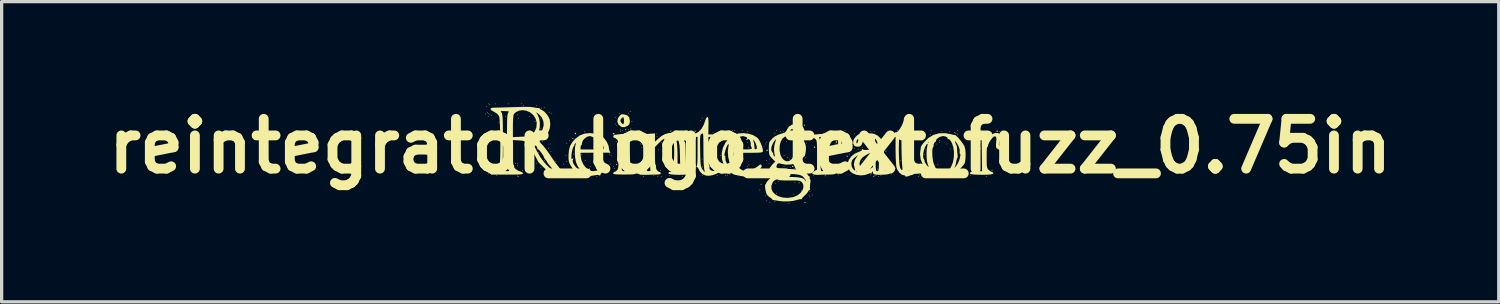
<source format=kicad_pcb>
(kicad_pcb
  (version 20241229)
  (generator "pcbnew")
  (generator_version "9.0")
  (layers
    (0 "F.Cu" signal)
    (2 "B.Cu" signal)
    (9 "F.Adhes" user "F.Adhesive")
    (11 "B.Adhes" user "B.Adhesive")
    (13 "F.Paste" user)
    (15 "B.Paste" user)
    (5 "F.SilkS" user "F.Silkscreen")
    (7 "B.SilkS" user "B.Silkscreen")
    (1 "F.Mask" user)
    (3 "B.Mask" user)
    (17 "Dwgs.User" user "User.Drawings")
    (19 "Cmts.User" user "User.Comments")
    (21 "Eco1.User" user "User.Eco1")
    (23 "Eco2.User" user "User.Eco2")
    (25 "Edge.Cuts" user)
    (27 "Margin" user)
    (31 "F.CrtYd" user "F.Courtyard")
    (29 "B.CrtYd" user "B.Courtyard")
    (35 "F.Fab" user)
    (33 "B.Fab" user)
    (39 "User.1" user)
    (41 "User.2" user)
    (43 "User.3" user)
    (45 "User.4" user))
  (footprint "reintegrator_logo_text_fuzz_0.75in"
    (layer "F.Cu")
    (at 19.892 1.418)
    (property "Reference" "reintegrator_logo_text_fuzz_0.75in" (at 0 0 0) (layer "F.SilkS") (effects (font (size 1.524 1.524) (thickness 0.3))))
    (attr board_only exclude_from_pos_files exclude_from_bom)
    (fp_poly (pts (xy -8.075 -0.984) (xy -8.088 -0.971) (xy -8.1 -0.984) (xy -8.088 -0.997)) (stroke (width 0) (type solid)) (fill yes) (layer "F.SilkS"))
    (fp_poly (pts (xy -8.049 -1.214) (xy -8.062 -1.201) (xy -8.075 -1.214) (xy -8.062 -1.227)) (stroke (width 0) (type solid)) (fill yes) (layer "F.SilkS"))
    (fp_poly (pts (xy -8.024 -1.035) (xy -8.037 -1.022) (xy -8.049 -1.035) (xy -8.037 -1.048)) (stroke (width 0) (type solid)) (fill yes) (layer "F.SilkS"))
    (fp_poly (pts (xy -7.998 -1.29) (xy -8.011 -1.278) (xy -8.024 -1.29) (xy -8.011 -1.303)) (stroke (width 0) (type solid)) (fill yes) (layer "F.SilkS"))
    (fp_poly (pts (xy -7.998 -0.984) (xy -8.011 -0.971) (xy -8.024 -0.984) (xy -8.011 -0.997)) (stroke (width 0) (type solid)) (fill yes) (layer "F.SilkS"))
    (fp_poly (pts (xy -7.998 -0.907) (xy -8.011 -0.894) (xy -8.024 -0.907) (xy -8.011 -0.92)) (stroke (width 0) (type solid)) (fill yes) (layer "F.SilkS"))
    (fp_poly (pts (xy -7.998 0.83) (xy -8.011 0.843) (xy -8.024 0.83) (xy -8.011 0.818)) (stroke (width 0) (type solid)) (fill yes) (layer "F.SilkS"))
    (fp_poly (pts (xy -7.947 -1.265) (xy -7.96 -1.252) (xy -7.973 -1.265) (xy -7.96 -1.278)) (stroke (width 0) (type solid)) (fill yes) (layer "F.SilkS"))
    (fp_poly (pts (xy -7.947 -0.958) (xy -7.96 -0.945) (xy -7.973 -0.958) (xy -7.96 -0.971)) (stroke (width 0) (type solid)) (fill yes) (layer "F.SilkS"))
    (fp_poly (pts (xy -7.896 -0.933) (xy -7.909 -0.92) (xy -7.922 -0.933) (xy -7.909 -0.945)) (stroke (width 0) (type solid)) (fill yes) (layer "F.SilkS"))
    (fp_poly (pts (xy -7.819 0.549) (xy -7.832 0.562) (xy -7.845 0.549) (xy -7.832 0.537)) (stroke (width 0) (type solid)) (fill yes) (layer "F.SilkS"))
    (fp_poly (pts (xy -7.819 0.703) (xy -7.832 0.715) (xy -7.845 0.703) (xy -7.832 0.69)) (stroke (width 0) (type solid)) (fill yes) (layer "F.SilkS"))
    (fp_poly (pts (xy -7.768 -1.29) (xy -7.781 -1.278) (xy -7.794 -1.29) (xy -7.781 -1.303)) (stroke (width 0) (type solid)) (fill yes) (layer "F.SilkS"))
    (fp_poly (pts (xy -7.743 0.907) (xy -7.755 0.92) (xy -7.768 0.907) (xy -7.755 0.894)) (stroke (width 0) (type solid)) (fill yes) (layer "F.SilkS"))
    (fp_poly (pts (xy -7.666 -0.728) (xy -7.679 -0.715) (xy -7.692 -0.728) (xy -7.679 -0.741)) (stroke (width 0) (type solid)) (fill yes) (layer "F.SilkS"))
    (fp_poly (pts (xy -7.487 0.498) (xy -7.5 0.511) (xy -7.513 0.498) (xy -7.5 0.486)) (stroke (width 0) (type solid)) (fill yes) (layer "F.SilkS"))
    (fp_poly (pts (xy -7.487 0.601) (xy -7.5 0.613) (xy -7.513 0.601) (xy -7.5 0.588)) (stroke (width 0) (type solid)) (fill yes) (layer "F.SilkS"))
    (fp_poly (pts (xy -7.462 -0.907) (xy -7.474 -0.894) (xy -7.487 -0.907) (xy -7.474 -0.92)) (stroke (width 0) (type solid)) (fill yes) (layer "F.SilkS"))
    (fp_poly (pts (xy -7.385 -1.29) (xy -7.398 -1.278) (xy -7.41 -1.29) (xy -7.398 -1.303)) (stroke (width 0) (type solid)) (fill yes) (layer "F.SilkS"))
    (fp_poly (pts (xy -7.155 0.524) (xy -7.168 0.537) (xy -7.18 0.524) (xy -7.168 0.511)) (stroke (width 0) (type solid)) (fill yes) (layer "F.SilkS"))
    (fp_poly (pts (xy -7.104 -0.958) (xy -7.117 -0.945) (xy -7.129 -0.958) (xy -7.117 -0.971)) (stroke (width 0) (type solid)) (fill yes) (layer "F.SilkS"))
    (fp_poly (pts (xy -7.104 0.524) (xy -7.117 0.537) (xy -7.129 0.524) (xy -7.117 0.511)) (stroke (width 0) (type solid)) (fill yes) (layer "F.SilkS"))
    (fp_poly (pts (xy -7.104 0.601) (xy -7.117 0.613) (xy -7.129 0.601) (xy -7.117 0.588)) (stroke (width 0) (type solid)) (fill yes) (layer "F.SilkS"))
    (fp_poly (pts (xy -7.078 -0.856) (xy -7.091 -0.843) (xy -7.104 -0.856) (xy -7.091 -0.869)) (stroke (width 0) (type solid)) (fill yes) (layer "F.SilkS"))
    (fp_poly (pts (xy -6.976 -1.29) (xy -6.989 -1.278) (xy -7.002 -1.29) (xy -6.989 -1.303)) (stroke (width 0) (type solid)) (fill yes) (layer "F.SilkS"))
    (fp_poly (pts (xy -6.951 0.754) (xy -6.963 0.767) (xy -6.976 0.754) (xy -6.963 0.741)) (stroke (width 0) (type solid)) (fill yes) (layer "F.SilkS"))
    (fp_poly (pts (xy -6.925 -1.239) (xy -6.938 -1.227) (xy -6.951 -1.239) (xy -6.938 -1.252)) (stroke (width 0) (type solid)) (fill yes) (layer "F.SilkS"))
    (fp_poly (pts (xy -6.848 0.013) (xy -6.861 0.026) (xy -6.874 0.013) (xy -6.861 0)) (stroke (width 0) (type solid)) (fill yes) (layer "F.SilkS"))
    (fp_poly (pts (xy -6.746 -0.907) (xy -6.759 -0.894) (xy -6.772 -0.907) (xy -6.759 -0.92)) (stroke (width 0) (type solid)) (fill yes) (layer "F.SilkS"))
    (fp_poly (pts (xy -6.746 0.064) (xy -6.759 0.077) (xy -6.772 0.064) (xy -6.759 0.051)) (stroke (width 0) (type solid)) (fill yes) (layer "F.SilkS"))
    (fp_poly (pts (xy -6.721 -0.473) (xy -6.733 -0.46) (xy -6.746 -0.473) (xy -6.733 -0.486)) (stroke (width 0) (type solid)) (fill yes) (layer "F.SilkS"))
    (fp_poly (pts (xy -6.669 -0.447) (xy -6.682 -0.434) (xy -6.695 -0.447) (xy -6.682 -0.46)) (stroke (width 0) (type solid)) (fill yes) (layer "F.SilkS"))
    (fp_poly (pts (xy -6.644 0.268) (xy -6.657 0.281) (xy -6.669 0.268) (xy -6.657 0.256)) (stroke (width 0) (type solid)) (fill yes) (layer "F.SilkS"))
    (fp_poly (pts (xy -6.567 -0.754) (xy -6.58 -0.741) (xy -6.593 -0.754) (xy -6.58 -0.767)) (stroke (width 0) (type solid)) (fill yes) (layer "F.SilkS"))
    (fp_poly (pts (xy -6.516 -1.239) (xy -6.529 -1.227) (xy -6.542 -1.239) (xy -6.529 -1.252)) (stroke (width 0) (type solid)) (fill yes) (layer "F.SilkS"))
    (fp_poly (pts (xy -6.516 0.524) (xy -6.529 0.537) (xy -6.542 0.524) (xy -6.529 0.511)) (stroke (width 0) (type solid)) (fill yes) (layer "F.SilkS"))
    (fp_poly (pts (xy -6.465 0.192) (xy -6.478 0.204) (xy -6.491 0.192) (xy -6.478 0.179)) (stroke (width 0) (type solid)) (fill yes) (layer "F.SilkS"))
    (fp_poly (pts (xy -6.388 -0.856) (xy -6.401 -0.843) (xy -6.414 -0.856) (xy -6.401 -0.869)) (stroke (width 0) (type solid)) (fill yes) (layer "F.SilkS"))
    (fp_poly (pts (xy -6.388 -0.549) (xy -6.401 -0.537) (xy -6.414 -0.549) (xy -6.401 -0.562)) (stroke (width 0) (type solid)) (fill yes) (layer "F.SilkS"))
    (fp_poly (pts (xy -6.388 0.652) (xy -6.401 0.664) (xy -6.414 0.652) (xy -6.401 0.639)) (stroke (width 0) (type solid)) (fill yes) (layer "F.SilkS"))
    (fp_poly (pts (xy -6.363 -1.163) (xy -6.376 -1.15) (xy -6.388 -1.163) (xy -6.376 -1.175)) (stroke (width 0) (type solid)) (fill yes) (layer "F.SilkS"))
    (fp_poly (pts (xy -6.337 -0.141) (xy -6.35 -0.128) (xy -6.363 -0.141) (xy -6.35 -0.153)) (stroke (width 0) (type solid)) (fill yes) (layer "F.SilkS"))
    (fp_poly (pts (xy -6.286 -1.188) (xy -6.299 -1.175) (xy -6.312 -1.188) (xy -6.299 -1.201)) (stroke (width 0) (type solid)) (fill yes) (layer "F.SilkS"))
    (fp_poly (pts (xy -6.286 0.447) (xy -6.299 0.46) (xy -6.312 0.447) (xy -6.299 0.434)) (stroke (width 0) (type solid)) (fill yes) (layer "F.SilkS"))
    (fp_poly (pts (xy -6.158 0.064) (xy -6.171 0.077) (xy -6.184 0.064) (xy -6.171 0.051)) (stroke (width 0) (type solid)) (fill yes) (layer "F.SilkS"))
    (fp_poly (pts (xy -6.133 -1.035) (xy -6.146 -1.022) (xy -6.158 -1.035) (xy -6.146 -1.048)) (stroke (width 0) (type solid)) (fill yes) (layer "F.SilkS"))
    (fp_poly (pts (xy -6.107 -0.064) (xy -6.12 -0.051) (xy -6.133 -0.064) (xy -6.12 -0.077)) (stroke (width 0) (type solid)) (fill yes) (layer "F.SilkS"))
    (fp_poly (pts (xy -6.082 0.166) (xy -6.094 0.179) (xy -6.107 0.166) (xy -6.094 0.153)) (stroke (width 0) (type solid)) (fill yes) (layer "F.SilkS"))
    (fp_poly (pts (xy -6.056 -1.009) (xy -6.069 -0.997) (xy -6.082 -1.009) (xy -6.069 -1.022)) (stroke (width 0) (type solid)) (fill yes) (layer "F.SilkS"))
    (fp_poly (pts (xy -6.056 0.907) (xy -6.069 0.92) (xy -6.082 0.907) (xy -6.069 0.894)) (stroke (width 0) (type solid)) (fill yes) (layer "F.SilkS"))
    (fp_poly (pts (xy -5.928 0.473) (xy -5.941 0.486) (xy -5.954 0.473) (xy -5.941 0.46)) (stroke (width 0) (type solid)) (fill yes) (layer "F.SilkS"))
    (fp_poly (pts (xy -5.698 0.549) (xy -5.711 0.562) (xy -5.724 0.549) (xy -5.711 0.537)) (stroke (width 0) (type solid)) (fill yes) (layer "F.SilkS"))
    (fp_poly (pts (xy -5.647 0.728) (xy -5.66 0.741) (xy -5.673 0.728) (xy -5.66 0.715)) (stroke (width 0) (type solid)) (fill yes) (layer "F.SilkS"))
    (fp_poly (pts (xy -5.622 0.294) (xy -5.635 0.307) (xy -5.647 0.294) (xy -5.635 0.281)) (stroke (width 0) (type solid)) (fill yes) (layer "F.SilkS"))
    (fp_poly (pts (xy -5.596 -0.089) (xy -5.609 -0.077) (xy -5.622 -0.089) (xy -5.609 -0.102)) (stroke (width 0) (type solid)) (fill yes) (layer "F.SilkS"))
    (fp_poly (pts (xy -5.596 0.473) (xy -5.609 0.486) (xy -5.622 0.473) (xy -5.609 0.46)) (stroke (width 0) (type solid)) (fill yes) (layer "F.SilkS"))
    (fp_poly (pts (xy -5.545 0.779) (xy -5.558 0.792) (xy -5.571 0.779) (xy -5.558 0.767)) (stroke (width 0) (type solid)) (fill yes) (layer "F.SilkS"))
    (fp_poly (pts (xy -5.545 0.882) (xy -5.558 0.894) (xy -5.571 0.882) (xy -5.558 0.869)) (stroke (width 0) (type solid)) (fill yes) (layer "F.SilkS"))
    (fp_poly (pts (xy -5.52 -0.166) (xy -5.532 -0.153) (xy -5.545 -0.166) (xy -5.532 -0.179)) (stroke (width 0) (type solid)) (fill yes) (layer "F.SilkS"))
    (fp_poly (pts (xy -5.494 0.754) (xy -5.507 0.767) (xy -5.52 0.754) (xy -5.507 0.741)) (stroke (width 0) (type solid)) (fill yes) (layer "F.SilkS"))
    (fp_poly (pts (xy -5.392 0.243) (xy -5.405 0.256) (xy -5.417 0.243) (xy -5.405 0.23)) (stroke (width 0) (type solid)) (fill yes) (layer "F.SilkS"))
    (fp_poly (pts (xy -5.315 0.882) (xy -5.328 0.894) (xy -5.341 0.882) (xy -5.328 0.869)) (stroke (width 0) (type solid)) (fill yes) (layer "F.SilkS"))
    (fp_poly (pts (xy -5.315 0.933) (xy -5.328 0.945) (xy -5.341 0.933) (xy -5.328 0.92)) (stroke (width 0) (type solid)) (fill yes) (layer "F.SilkS"))
    (fp_poly (pts (xy -5.136 0.268) (xy -5.149 0.281) (xy -5.162 0.268) (xy -5.149 0.256)) (stroke (width 0) (type solid)) (fill yes) (layer "F.SilkS"))
    (fp_poly (pts (xy -5.06 -0.447) (xy -5.072 -0.434) (xy -5.085 -0.447) (xy -5.072 -0.46)) (stroke (width 0) (type solid)) (fill yes) (layer "F.SilkS"))
    (fp_poly (pts (xy -5.034 0.447) (xy -5.047 0.46) (xy -5.06 0.447) (xy -5.047 0.434)) (stroke (width 0) (type solid)) (fill yes) (layer "F.SilkS"))
    (fp_poly (pts (xy -4.881 0.626) (xy -4.893 0.639) (xy -4.906 0.626) (xy -4.893 0.613)) (stroke (width 0) (type solid)) (fill yes) (layer "F.SilkS"))
    (fp_poly (pts (xy -4.778 -0.192) (xy -4.791 -0.179) (xy -4.804 -0.192) (xy -4.791 -0.204)) (stroke (width 0) (type solid)) (fill yes) (layer "F.SilkS"))
    (fp_poly (pts (xy -4.676 0.933) (xy -4.689 0.945) (xy -4.702 0.933) (xy -4.689 0.92)) (stroke (width 0) (type solid)) (fill yes) (layer "F.SilkS"))
    (fp_poly (pts (xy -4.523 0.626) (xy -4.536 0.639) (xy -4.548 0.626) (xy -4.536 0.613)) (stroke (width 0) (type solid)) (fill yes) (layer "F.SilkS"))
    (fp_poly (pts (xy -4.497 -0.345) (xy -4.51 -0.332) (xy -4.523 -0.345) (xy -4.51 -0.358)) (stroke (width 0) (type solid)) (fill yes) (layer "F.SilkS"))
    (fp_poly (pts (xy -4.319 0.728) (xy -4.331 0.741) (xy -4.344 0.728) (xy -4.331 0.715)) (stroke (width 0) (type solid)) (fill yes) (layer "F.SilkS"))
    (fp_poly (pts (xy -4.293 0.243) (xy -4.306 0.256) (xy -4.319 0.243) (xy -4.306 0.23)) (stroke (width 0) (type solid)) (fill yes) (layer "F.SilkS"))
    (fp_poly (pts (xy -4.267 0.549) (xy -4.28 0.562) (xy -4.293 0.549) (xy -4.28 0.537)) (stroke (width 0) (type solid)) (fill yes) (layer "F.SilkS"))
    (fp_poly (pts (xy -4.242 0.294) (xy -4.255 0.307) (xy -4.267 0.294) (xy -4.255 0.281)) (stroke (width 0) (type solid)) (fill yes) (layer "F.SilkS"))
    (fp_poly (pts (xy -4.165 0.626) (xy -4.178 0.639) (xy -4.191 0.626) (xy -4.178 0.613)) (stroke (width 0) (type solid)) (fill yes) (layer "F.SilkS"))
    (fp_poly (pts (xy -4.14 0.677) (xy -4.152 0.69) (xy -4.165 0.677) (xy -4.152 0.664)) (stroke (width 0) (type solid)) (fill yes) (layer "F.SilkS"))
    (fp_poly (pts (xy -4.114 -0.882) (xy -4.127 -0.869) (xy -4.14 -0.882) (xy -4.127 -0.894)) (stroke (width 0) (type solid)) (fill yes) (layer "F.SilkS"))
    (fp_poly (pts (xy -4.114 -0.677) (xy -4.127 -0.664) (xy -4.14 -0.677) (xy -4.127 -0.69)) (stroke (width 0) (type solid)) (fill yes) (layer "F.SilkS"))
    (fp_poly (pts (xy -4.089 -0.141) (xy -4.101 -0.128) (xy -4.114 -0.141) (xy -4.101 -0.153)) (stroke (width 0) (type solid)) (fill yes) (layer "F.SilkS"))
    (fp_poly (pts (xy -4.063 -0.626) (xy -4.076 -0.613) (xy -4.089 -0.626) (xy -4.076 -0.639)) (stroke (width 0) (type solid)) (fill yes) (layer "F.SilkS"))
    (fp_poly (pts (xy -3.986 -1.009) (xy -3.999 -0.997) (xy -4.012 -1.009) (xy -3.999 -1.022)) (stroke (width 0) (type solid)) (fill yes) (layer "F.SilkS"))
    (fp_poly (pts (xy -3.961 -0.498) (xy -3.974 -0.486) (xy -3.986 -0.498) (xy -3.974 -0.511)) (stroke (width 0) (type solid)) (fill yes) (layer "F.SilkS"))
    (fp_poly (pts (xy -3.961 -0.447) (xy -3.974 -0.434) (xy -3.986 -0.447) (xy -3.974 -0.46)) (stroke (width 0) (type solid)) (fill yes) (layer "F.SilkS"))
    (fp_poly (pts (xy -3.884 -0.856) (xy -3.897 -0.843) (xy -3.91 -0.856) (xy -3.897 -0.869)) (stroke (width 0) (type solid)) (fill yes) (layer "F.SilkS"))
    (fp_poly (pts (xy -3.884 -0.473) (xy -3.897 -0.46) (xy -3.91 -0.473) (xy -3.897 -0.486)) (stroke (width 0) (type solid)) (fill yes) (layer "F.SilkS"))
    (fp_poly (pts (xy -3.859 0.652) (xy -3.871 0.664) (xy -3.884 0.652) (xy -3.871 0.639)) (stroke (width 0) (type solid)) (fill yes) (layer "F.SilkS"))
    (fp_poly (pts (xy -3.782 -0.447) (xy -3.795 -0.434) (xy -3.807 -0.447) (xy -3.795 -0.46)) (stroke (width 0) (type solid)) (fill yes) (layer "F.SilkS"))
    (fp_poly (pts (xy -3.705 -1.009) (xy -3.718 -0.997) (xy -3.731 -1.009) (xy -3.718 -1.022)) (stroke (width 0) (type solid)) (fill yes) (layer "F.SilkS"))
    (fp_poly (pts (xy -3.705 -0.498) (xy -3.718 -0.486) (xy -3.731 -0.498) (xy -3.718 -0.511)) (stroke (width 0) (type solid)) (fill yes) (layer "F.SilkS"))
    (fp_poly (pts (xy -3.705 -0.422) (xy -3.718 -0.409) (xy -3.731 -0.422) (xy -3.718 -0.434)) (stroke (width 0) (type solid)) (fill yes) (layer "F.SilkS"))
    (fp_poly (pts (xy -3.654 -1.06) (xy -3.667 -1.048) (xy -3.68 -1.06) (xy -3.667 -1.073)) (stroke (width 0) (type solid)) (fill yes) (layer "F.SilkS"))
    (fp_poly (pts (xy -3.629 -0.345) (xy -3.641 -0.332) (xy -3.654 -0.345) (xy -3.641 -0.358)) (stroke (width 0) (type solid)) (fill yes) (layer "F.SilkS"))
    (fp_poly (pts (xy -3.603 -0.754) (xy -3.616 -0.741) (xy -3.629 -0.754) (xy -3.616 -0.767)) (stroke (width 0) (type solid)) (fill yes) (layer "F.SilkS"))
    (fp_poly (pts (xy -3.577 -0.447) (xy -3.59 -0.434) (xy -3.603 -0.447) (xy -3.59 -0.46)) (stroke (width 0) (type solid)) (fill yes) (layer "F.SilkS"))
    (fp_poly (pts (xy -3.577 -0.345) (xy -3.59 -0.332) (xy -3.603 -0.345) (xy -3.59 -0.358)) (stroke (width 0) (type solid)) (fill yes) (layer "F.SilkS"))
    (fp_poly (pts (xy -3.501 -0.345) (xy -3.514 -0.332) (xy -3.526 -0.345) (xy -3.514 -0.358)) (stroke (width 0) (type solid)) (fill yes) (layer "F.SilkS"))
    (fp_poly (pts (xy -3.475 -0.268) (xy -3.488 -0.256) (xy -3.501 -0.268) (xy -3.488 -0.281)) (stroke (width 0) (type solid)) (fill yes) (layer "F.SilkS"))
    (fp_poly (pts (xy -3.399 -0.396) (xy -3.411 -0.383) (xy -3.424 -0.396) (xy -3.411 -0.409)) (stroke (width 0) (type solid)) (fill yes) (layer "F.SilkS"))
    (fp_poly (pts (xy -3.347 -0.064) (xy -3.36 -0.051) (xy -3.373 -0.064) (xy -3.36 -0.077)) (stroke (width 0) (type solid)) (fill yes) (layer "F.SilkS"))
    (fp_poly (pts (xy -3.296 -0.192) (xy -3.309 -0.179) (xy -3.322 -0.192) (xy -3.309 -0.204)) (stroke (width 0) (type solid)) (fill yes) (layer "F.SilkS"))
    (fp_poly (pts (xy -3.296 0.038) (xy -3.309 0.051) (xy -3.322 0.038) (xy -3.309 0.026)) (stroke (width 0) (type solid)) (fill yes) (layer "F.SilkS"))
    (fp_poly (pts (xy -3.271 -0.141) (xy -3.284 -0.128) (xy -3.296 -0.141) (xy -3.284 -0.153)) (stroke (width 0) (type solid)) (fill yes) (layer "F.SilkS"))
    (fp_poly (pts (xy -3.245 0.933) (xy -3.258 0.945) (xy -3.271 0.933) (xy -3.258 0.92)) (stroke (width 0) (type solid)) (fill yes) (layer "F.SilkS"))
    (fp_poly (pts (xy -2.939 0.907) (xy -2.951 0.92) (xy -2.964 0.907) (xy -2.951 0.894)) (stroke (width 0) (type solid)) (fill yes) (layer "F.SilkS"))
    (fp_poly (pts (xy -2.862 -0.371) (xy -2.875 -0.358) (xy -2.888 -0.371) (xy -2.875 -0.383)) (stroke (width 0) (type solid)) (fill yes) (layer "F.SilkS"))
    (fp_poly (pts (xy -2.836 -0.294) (xy -2.849 -0.281) (xy -2.862 -0.294) (xy -2.849 -0.307)) (stroke (width 0) (type solid)) (fill yes) (layer "F.SilkS"))
    (fp_poly (pts (xy -2.811 0.933) (xy -2.824 0.945) (xy -2.836 0.933) (xy -2.824 0.92)) (stroke (width 0) (type solid)) (fill yes) (layer "F.SilkS"))
    (fp_poly (pts (xy -2.785 0.115) (xy -2.798 0.128) (xy -2.811 0.115) (xy -2.798 0.102)) (stroke (width 0) (type solid)) (fill yes) (layer "F.SilkS"))
    (fp_poly (pts (xy -2.734 0.754) (xy -2.747 0.767) (xy -2.76 0.754) (xy -2.747 0.741)) (stroke (width 0) (type solid)) (fill yes) (layer "F.SilkS"))
    (fp_poly (pts (xy -2.709 -0.115) (xy -2.721 -0.102) (xy -2.734 -0.115) (xy -2.721 -0.128)) (stroke (width 0) (type solid)) (fill yes) (layer "F.SilkS"))
    (fp_poly (pts (xy -2.709 0.933) (xy -2.721 0.945) (xy -2.734 0.933) (xy -2.721 0.92)) (stroke (width 0) (type solid)) (fill yes) (layer "F.SilkS"))
    (fp_poly (pts (xy -2.453 -0.141) (xy -2.466 -0.128) (xy -2.479 -0.141) (xy -2.466 -0.153)) (stroke (width 0) (type solid)) (fill yes) (layer "F.SilkS"))
    (fp_poly (pts (xy -2.453 0.907) (xy -2.466 0.92) (xy -2.479 0.907) (xy -2.466 0.894)) (stroke (width 0) (type solid)) (fill yes) (layer "F.SilkS"))
    (fp_poly (pts (xy -2.402 -0.089) (xy -2.415 -0.077) (xy -2.428 -0.089) (xy -2.415 -0.102)) (stroke (width 0) (type solid)) (fill yes) (layer "F.SilkS"))
    (fp_poly (pts (xy -2.3 -0.473) (xy -2.313 -0.46) (xy -2.325 -0.473) (xy -2.313 -0.486)) (stroke (width 0) (type solid)) (fill yes) (layer "F.SilkS"))
    (fp_poly (pts (xy -2.095 -0.473) (xy -2.108 -0.46) (xy -2.121 -0.473) (xy -2.108 -0.486)) (stroke (width 0) (type solid)) (fill yes) (layer "F.SilkS"))
    (fp_poly (pts (xy -2.095 -0.345) (xy -2.108 -0.332) (xy -2.121 -0.345) (xy -2.108 -0.358)) (stroke (width 0) (type solid)) (fill yes) (layer "F.SilkS"))
    (fp_poly (pts (xy -2.07 0.933) (xy -2.083 0.945) (xy -2.095 0.933) (xy -2.083 0.92)) (stroke (width 0) (type solid)) (fill yes) (layer "F.SilkS"))
    (fp_poly (pts (xy -2.019 -0.447) (xy -2.031 -0.434) (xy -2.044 -0.447) (xy -2.031 -0.46)) (stroke (width 0) (type solid)) (fill yes) (layer "F.SilkS"))
    (fp_poly (pts (xy -1.789 0.575) (xy -1.802 0.588) (xy -1.814 0.575) (xy -1.802 0.562)) (stroke (width 0) (type solid)) (fill yes) (layer "F.SilkS"))
    (fp_poly (pts (xy -1.738 0.703) (xy -1.75 0.715) (xy -1.763 0.703) (xy -1.75 0.69)) (stroke (width 0) (type solid)) (fill yes) (layer "F.SilkS"))
    (fp_poly (pts (xy -1.687 0.345) (xy -1.699 0.358) (xy -1.712 0.345) (xy -1.699 0.332)) (stroke (width 0) (type solid)) (fill yes) (layer "F.SilkS"))
    (fp_poly (pts (xy -1.508 -0.779) (xy -1.52 -0.767) (xy -1.533 -0.779) (xy -1.52 -0.792)) (stroke (width 0) (type solid)) (fill yes) (layer "F.SilkS"))
    (fp_poly (pts (xy -1.457 -0.856) (xy -1.469 -0.843) (xy -1.482 -0.856) (xy -1.469 -0.869)) (stroke (width 0) (type solid)) (fill yes) (layer "F.SilkS"))
    (fp_poly (pts (xy -1.457 0.396) (xy -1.469 0.409) (xy -1.482 0.396) (xy -1.469 0.383)) (stroke (width 0) (type solid)) (fill yes) (layer "F.SilkS"))
    (fp_poly (pts (xy -1.457 0.907) (xy -1.469 0.92) (xy -1.482 0.907) (xy -1.469 0.894)) (stroke (width 0) (type solid)) (fill yes) (layer "F.SilkS"))
    (fp_poly (pts (xy -1.227 0.473) (xy -1.239 0.486) (xy -1.252 0.473) (xy -1.239 0.46)) (stroke (width 0) (type solid)) (fill yes) (layer "F.SilkS"))
    (fp_poly (pts (xy -1.201 0.345) (xy -1.214 0.358) (xy -1.227 0.345) (xy -1.214 0.332)) (stroke (width 0) (type solid)) (fill yes) (layer "F.SilkS"))
    (fp_poly (pts (xy -1.15 0.601) (xy -1.163 0.613) (xy -1.175 0.601) (xy -1.163 0.588)) (stroke (width 0) (type solid)) (fill yes) (layer "F.SilkS"))
    (fp_poly (pts (xy -1.124 -0.422) (xy -1.137 -0.409) (xy -1.15 -0.422) (xy -1.137 -0.434)) (stroke (width 0) (type solid)) (fill yes) (layer "F.SilkS"))
    (fp_poly (pts (xy -0.997 0.907) (xy -1.009 0.92) (xy -1.022 0.907) (xy -1.009 0.894)) (stroke (width 0) (type solid)) (fill yes) (layer "F.SilkS"))
    (fp_poly (pts (xy -0.945 0.601) (xy -0.958 0.613) (xy -0.971 0.601) (xy -0.958 0.588)) (stroke (width 0) (type solid)) (fill yes) (layer "F.SilkS"))
    (fp_poly (pts (xy -0.894 -0.141) (xy -0.907 -0.128) (xy -0.92 -0.141) (xy -0.907 -0.153)) (stroke (width 0) (type solid)) (fill yes) (layer "F.SilkS"))
    (fp_poly (pts (xy -0.894 0.294) (xy -0.907 0.307) (xy -0.92 0.294) (xy -0.907 0.281)) (stroke (width 0) (type solid)) (fill yes) (layer "F.SilkS"))
    (fp_poly (pts (xy -0.741 0.907) (xy -0.754 0.92) (xy -0.767 0.907) (xy -0.754 0.894)) (stroke (width 0) (type solid)) (fill yes) (layer "F.SilkS"))
    (fp_poly (pts (xy -0.69 -0.422) (xy -0.703 -0.409) (xy -0.715 -0.422) (xy -0.703 -0.434)) (stroke (width 0) (type solid)) (fill yes) (layer "F.SilkS"))
    (fp_poly (pts (xy -0.69 0.907) (xy -0.703 0.92) (xy -0.715 0.907) (xy -0.703 0.894)) (stroke (width 0) (type solid)) (fill yes) (layer "F.SilkS"))
    (fp_poly (pts (xy -0.664 -0.319) (xy -0.677 -0.307) (xy -0.69 -0.319) (xy -0.677 -0.332)) (stroke (width 0) (type solid)) (fill yes) (layer "F.SilkS"))
    (fp_poly (pts (xy -0.613 0.856) (xy -0.626 0.869) (xy -0.639 0.856) (xy -0.626 0.843)) (stroke (width 0) (type solid)) (fill yes) (layer "F.SilkS"))
    (fp_poly (pts (xy -0.537 -0.473) (xy -0.549 -0.46) (xy -0.562 -0.473) (xy -0.549 -0.486)) (stroke (width 0) (type solid)) (fill yes) (layer "F.SilkS"))
    (fp_poly (pts (xy -0.537 -0.396) (xy -0.549 -0.383) (xy -0.562 -0.396) (xy -0.549 -0.409)) (stroke (width 0) (type solid)) (fill yes) (layer "F.SilkS"))
    (fp_poly (pts (xy -0.46 -0.473) (xy -0.473 -0.46) (xy -0.486 -0.473) (xy -0.473 -0.486)) (stroke (width 0) (type solid)) (fill yes) (layer "F.SilkS"))
    (fp_poly (pts (xy -0.409 -0.013) (xy -0.422 0) (xy -0.434 -0.013) (xy -0.422 -0.026)) (stroke (width 0) (type solid)) (fill yes) (layer "F.SilkS"))
    (fp_poly (pts (xy -0.383 -0.115) (xy -0.396 -0.102) (xy -0.409 -0.115) (xy -0.396 -0.128)) (stroke (width 0) (type solid)) (fill yes) (layer "F.SilkS"))
    (fp_poly (pts (xy -0.23 -0.473) (xy -0.243 -0.46) (xy -0.256 -0.473) (xy -0.243 -0.486)) (stroke (width 0) (type solid)) (fill yes) (layer "F.SilkS"))
    (fp_poly (pts (xy -0.077 -0.447) (xy -0.089 -0.434) (xy -0.102 -0.447) (xy -0.089 -0.46)) (stroke (width 0) (type solid)) (fill yes) (layer "F.SilkS"))
    (fp_poly (pts (xy -0.077 -0.115) (xy -0.089 -0.102) (xy -0.102 -0.115) (xy -0.089 -0.128)) (stroke (width 0) (type solid)) (fill yes) (layer "F.SilkS"))
    (fp_poly (pts (xy -0.077 0.626) (xy -0.089 0.639) (xy -0.102 0.626) (xy -0.089 0.613)) (stroke (width 0) (type solid)) (fill yes) (layer "F.SilkS"))
    (fp_poly (pts (xy -0.026 0.575) (xy -0.038 0.588) (xy -0.051 0.575) (xy -0.038 0.562)) (stroke (width 0) (type solid)) (fill yes) (layer "F.SilkS"))
    (fp_poly (pts (xy -0.026 0.728) (xy -0.038 0.741) (xy -0.051 0.728) (xy -0.038 0.715)) (stroke (width 0) (type solid)) (fill yes) (layer "F.SilkS"))
    (fp_poly (pts (xy 0.256 0.907) (xy 0.243 0.92) (xy 0.23 0.907) (xy 0.243 0.894)) (stroke (width 0) (type solid)) (fill yes) (layer "F.SilkS"))
    (fp_poly (pts (xy 0.307 1.342) (xy 0.294 1.354) (xy 0.281 1.342) (xy 0.294 1.329)) (stroke (width 0) (type solid)) (fill yes) (layer "F.SilkS"))
    (fp_poly (pts (xy 0.434 0.013) (xy 0.422 0.026) (xy 0.409 0.013) (xy 0.422 0)) (stroke (width 0) (type solid)) (fill yes) (layer "F.SilkS"))
    (fp_poly (pts (xy 0.486 -0.064) (xy 0.473 -0.051) (xy 0.46 -0.064) (xy 0.473 -0.077)) (stroke (width 0) (type solid)) (fill yes) (layer "F.SilkS"))
    (fp_poly (pts (xy 0.486 1.52) (xy 0.473 1.533) (xy 0.46 1.52) (xy 0.473 1.508)) (stroke (width 0) (type solid)) (fill yes) (layer "F.SilkS"))
    (fp_poly (pts (xy 0.511 -0.115) (xy 0.498 -0.102) (xy 0.486 -0.115) (xy 0.498 -0.128)) (stroke (width 0) (type solid)) (fill yes) (layer "F.SilkS"))
    (fp_poly (pts (xy 0.511 0.447) (xy 0.498 0.46) (xy 0.486 0.447) (xy 0.498 0.434)) (stroke (width 0) (type solid)) (fill yes) (layer "F.SilkS"))
    (fp_poly (pts (xy 0.511 1.674) (xy 0.498 1.687) (xy 0.486 1.674) (xy 0.498 1.661)) (stroke (width 0) (type solid)) (fill yes) (layer "F.SilkS"))
    (fp_poly (pts (xy 0.588 0.524) (xy 0.575 0.537) (xy 0.562 0.524) (xy 0.575 0.511)) (stroke (width 0) (type solid)) (fill yes) (layer "F.SilkS"))
    (fp_poly (pts (xy 0.588 0.958) (xy 0.575 0.971) (xy 0.562 0.958) (xy 0.575 0.945)) (stroke (width 0) (type solid)) (fill yes) (layer "F.SilkS"))
    (fp_poly (pts (xy 0.613 0.396) (xy 0.601 0.409) (xy 0.588 0.396) (xy 0.601 0.383)) (stroke (width 0) (type solid)) (fill yes) (layer "F.SilkS"))
    (fp_poly (pts (xy 0.613 1.725) (xy 0.601 1.738) (xy 0.588 1.725) (xy 0.601 1.712)) (stroke (width 0) (type solid)) (fill yes) (layer "F.SilkS"))
    (fp_poly (pts (xy 0.767 -0.396) (xy 0.754 -0.383) (xy 0.741 -0.396) (xy 0.754 -0.409)) (stroke (width 0) (type solid)) (fill yes) (layer "F.SilkS"))
    (fp_poly (pts (xy 0.767 1.699) (xy 0.754 1.712) (xy 0.741 1.699) (xy 0.754 1.687)) (stroke (width 0) (type solid)) (fill yes) (layer "F.SilkS"))
    (fp_poly (pts (xy 0.792 1.137) (xy 0.779 1.15) (xy 0.767 1.137) (xy 0.779 1.124)) (stroke (width 0) (type solid)) (fill yes) (layer "F.SilkS"))
    (fp_poly (pts (xy 0.818 -0.473) (xy 0.805 -0.46) (xy 0.792 -0.473) (xy 0.805 -0.486)) (stroke (width 0) (type solid)) (fill yes) (layer "F.SilkS"))
    (fp_poly (pts (xy 0.818 1.444) (xy 0.805 1.457) (xy 0.792 1.444) (xy 0.805 1.431)) (stroke (width 0) (type solid)) (fill yes) (layer "F.SilkS"))
    (fp_poly (pts (xy 0.869 1.086) (xy 0.856 1.099) (xy 0.843 1.086) (xy 0.856 1.073)) (stroke (width 0) (type solid)) (fill yes) (layer "F.SilkS"))
    (fp_poly (pts (xy 0.945 -0.447) (xy 0.933 -0.434) (xy 0.92 -0.447) (xy 0.933 -0.46)) (stroke (width 0) (type solid)) (fill yes) (layer "F.SilkS"))
    (fp_poly (pts (xy 1.022 -0.447) (xy 1.009 -0.434) (xy 0.997 -0.447) (xy 1.009 -0.46)) (stroke (width 0) (type solid)) (fill yes) (layer "F.SilkS"))
    (fp_poly (pts (xy 1.048 0.294) (xy 1.035 0.307) (xy 1.022 0.294) (xy 1.035 0.281)) (stroke (width 0) (type solid)) (fill yes) (layer "F.SilkS"))
    (fp_poly (pts (xy 1.048 0.626) (xy 1.035 0.639) (xy 1.022 0.626) (xy 1.035 0.613)) (stroke (width 0) (type solid)) (fill yes) (layer "F.SilkS"))
    (fp_poly (pts (xy 1.124 -0.141) (xy 1.112 -0.128) (xy 1.099 -0.141) (xy 1.112 -0.153)) (stroke (width 0) (type solid)) (fill yes) (layer "F.SilkS"))
    (fp_poly (pts (xy 1.15 0.345) (xy 1.137 0.358) (xy 1.124 0.345) (xy 1.137 0.332)) (stroke (width 0) (type solid)) (fill yes) (layer "F.SilkS"))
    (fp_poly (pts (xy 1.201 1.75) (xy 1.188 1.763) (xy 1.175 1.75) (xy 1.188 1.738)) (stroke (width 0) (type solid)) (fill yes) (layer "F.SilkS"))
    (fp_poly (pts (xy 1.227 -0.243) (xy 1.214 -0.23) (xy 1.201 -0.243) (xy 1.214 -0.256)) (stroke (width 0) (type solid)) (fill yes) (layer "F.SilkS"))
    (fp_poly (pts (xy 1.227 0.396) (xy 1.214 0.409) (xy 1.201 0.396) (xy 1.214 0.383)) (stroke (width 0) (type solid)) (fill yes) (layer "F.SilkS"))
    (fp_poly (pts (xy 1.252 0.652) (xy 1.239 0.664) (xy 1.227 0.652) (xy 1.239 0.639)) (stroke (width 0) (type solid)) (fill yes) (layer "F.SilkS"))
    (fp_poly (pts (xy 1.329 1.469) (xy 1.316 1.482) (xy 1.303 1.469) (xy 1.316 1.457)) (stroke (width 0) (type solid)) (fill yes) (layer "F.SilkS"))
    (fp_poly (pts (xy 1.354 0.677) (xy 1.342 0.69) (xy 1.329 0.677) (xy 1.342 0.664)) (stroke (width 0) (type solid)) (fill yes) (layer "F.SilkS"))
    (fp_poly (pts (xy 1.38 1.112) (xy 1.367 1.124) (xy 1.354 1.112) (xy 1.367 1.099)) (stroke (width 0) (type solid)) (fill yes) (layer "F.SilkS"))
    (fp_poly (pts (xy 1.405 0.575) (xy 1.393 0.588) (xy 1.38 0.575) (xy 1.393 0.562)) (stroke (width 0) (type solid)) (fill yes) (layer "F.SilkS"))
    (fp_poly (pts (xy 1.482 0.626) (xy 1.469 0.639) (xy 1.457 0.626) (xy 1.469 0.613)) (stroke (width 0) (type solid)) (fill yes) (layer "F.SilkS"))
    (fp_poly (pts (xy 1.508 0.089) (xy 1.495 0.102) (xy 1.482 0.089) (xy 1.495 0.077)) (stroke (width 0) (type solid)) (fill yes) (layer "F.SilkS"))
    (fp_poly (pts (xy 1.559 0.575) (xy 1.546 0.588) (xy 1.533 0.575) (xy 1.546 0.562)) (stroke (width 0) (type solid)) (fill yes) (layer "F.SilkS"))
    (fp_poly (pts (xy 1.584 1.367) (xy 1.572 1.38) (xy 1.559 1.367) (xy 1.572 1.354)) (stroke (width 0) (type solid)) (fill yes) (layer "F.SilkS"))
    (fp_poly (pts (xy 1.635 0.626) (xy 1.623 0.639) (xy 1.61 0.626) (xy 1.623 0.613)) (stroke (width 0) (type solid)) (fill yes) (layer "F.SilkS"))
    (fp_poly (pts (xy 1.712 -0.192) (xy 1.699 -0.179) (xy 1.687 -0.192) (xy 1.699 -0.204)) (stroke (width 0) (type solid)) (fill yes) (layer "F.SilkS"))
    (fp_poly (pts (xy 1.712 0.345) (xy 1.699 0.358) (xy 1.687 0.345) (xy 1.699 0.332)) (stroke (width 0) (type solid)) (fill yes) (layer "F.SilkS"))
    (fp_poly (pts (xy 1.738 -0.089) (xy 1.725 -0.077) (xy 1.712 -0.089) (xy 1.725 -0.102)) (stroke (width 0) (type solid)) (fill yes) (layer "F.SilkS"))
    (fp_poly (pts (xy 1.814 -0.371) (xy 1.802 -0.358) (xy 1.789 -0.371) (xy 1.802 -0.383)) (stroke (width 0) (type solid)) (fill yes) (layer "F.SilkS"))
    (fp_poly (pts (xy 1.814 0.754) (xy 1.802 0.767) (xy 1.789 0.754) (xy 1.802 0.741)) (stroke (width 0) (type solid)) (fill yes) (layer "F.SilkS"))
    (fp_poly (pts (xy 1.814 1.495) (xy 1.802 1.508) (xy 1.789 1.495) (xy 1.802 1.482)) (stroke (width 0) (type solid)) (fill yes) (layer "F.SilkS"))
    (fp_poly (pts (xy 1.84 1.393) (xy 1.827 1.405) (xy 1.814 1.393) (xy 1.827 1.38)) (stroke (width 0) (type solid)) (fill yes) (layer "F.SilkS"))
    (fp_poly (pts (xy 1.84 1.546) (xy 1.827 1.559) (xy 1.814 1.546) (xy 1.827 1.533)) (stroke (width 0) (type solid)) (fill yes) (layer "F.SilkS"))
    (fp_poly (pts (xy 1.865 -0.319) (xy 1.853 -0.307) (xy 1.84 -0.319) (xy 1.853 -0.332)) (stroke (width 0) (type solid)) (fill yes) (layer "F.SilkS"))
    (fp_poly (pts (xy 1.916 1.495) (xy 1.904 1.508) (xy 1.891 1.495) (xy 1.904 1.482)) (stroke (width 0) (type solid)) (fill yes) (layer "F.SilkS"))
    (fp_poly (pts (xy 1.942 0.907) (xy 1.929 0.92) (xy 1.916 0.907) (xy 1.929 0.894)) (stroke (width 0) (type solid)) (fill yes) (layer "F.SilkS"))
    (fp_poly (pts (xy 1.968 0.677) (xy 1.955 0.69) (xy 1.942 0.677) (xy 1.955 0.664)) (stroke (width 0) (type solid)) (fill yes) (layer "F.SilkS"))
    (fp_poly (pts (xy 2.479 0.115) (xy 2.466 0.128) (xy 2.453 0.115) (xy 2.466 0.102)) (stroke (width 0) (type solid)) (fill yes) (layer "F.SilkS"))
    (fp_poly (pts (xy 2.504 0.038) (xy 2.491 0.051) (xy 2.479 0.038) (xy 2.491 0.026)) (stroke (width 0) (type solid)) (fill yes) (layer "F.SilkS"))
    (fp_poly (pts (xy 2.53 0.575) (xy 2.517 0.588) (xy 2.504 0.575) (xy 2.517 0.562)) (stroke (width 0) (type solid)) (fill yes) (layer "F.SilkS"))
    (fp_poly (pts (xy 2.606 -0.064) (xy 2.594 -0.051) (xy 2.581 -0.064) (xy 2.594 -0.077)) (stroke (width 0) (type solid)) (fill yes) (layer "F.SilkS"))
    (fp_poly (pts (xy 2.606 -0.013) (xy 2.594 0) (xy 2.581 -0.013) (xy 2.594 -0.026)) (stroke (width 0) (type solid)) (fill yes) (layer "F.SilkS"))
    (fp_poly (pts (xy 2.658 -0.064) (xy 2.645 -0.051) (xy 2.632 -0.064) (xy 2.645 -0.077)) (stroke (width 0) (type solid)) (fill yes) (layer "F.SilkS"))
    (fp_poly (pts (xy 2.683 0.115) (xy 2.67 0.128) (xy 2.658 0.115) (xy 2.67 0.102)) (stroke (width 0) (type solid)) (fill yes) (layer "F.SilkS"))
    (fp_poly (pts (xy 2.709 0.882) (xy 2.696 0.894) (xy 2.683 0.882) (xy 2.696 0.869)) (stroke (width 0) (type solid)) (fill yes) (layer "F.SilkS"))
    (fp_poly (pts (xy 2.913 -0.473) (xy 2.9 -0.46) (xy 2.888 -0.473) (xy 2.9 -0.486)) (stroke (width 0) (type solid)) (fill yes) (layer "F.SilkS"))
    (fp_poly (pts (xy 2.913 -0.371) (xy 2.9 -0.358) (xy 2.888 -0.371) (xy 2.9 -0.383)) (stroke (width 0) (type solid)) (fill yes) (layer "F.SilkS"))
    (fp_poly (pts (xy 3.041 0.243) (xy 3.028 0.256) (xy 3.015 0.243) (xy 3.028 0.23)) (stroke (width 0) (type solid)) (fill yes) (layer "F.SilkS"))
    (fp_poly (pts (xy 3.066 0.038) (xy 3.054 0.051) (xy 3.041 0.038) (xy 3.054 0.026)) (stroke (width 0) (type solid)) (fill yes) (layer "F.SilkS"))
    (fp_poly (pts (xy 3.066 0.882) (xy 3.054 0.894) (xy 3.041 0.882) (xy 3.054 0.869)) (stroke (width 0) (type solid)) (fill yes) (layer "F.SilkS"))
    (fp_poly (pts (xy 3.092 -0.141) (xy 3.079 -0.128) (xy 3.066 -0.141) (xy 3.079 -0.153)) (stroke (width 0) (type solid)) (fill yes) (layer "F.SilkS"))
    (fp_poly (pts (xy 3.118 0.115) (xy 3.105 0.128) (xy 3.092 0.115) (xy 3.105 0.102)) (stroke (width 0) (type solid)) (fill yes) (layer "F.SilkS"))
    (fp_poly (pts (xy 3.143 -0.013) (xy 3.13 0) (xy 3.118 -0.013) (xy 3.13 -0.026)) (stroke (width 0) (type solid)) (fill yes) (layer "F.SilkS"))
    (fp_poly (pts (xy 3.194 -0.371) (xy 3.181 -0.358) (xy 3.169 -0.371) (xy 3.181 -0.383)) (stroke (width 0) (type solid)) (fill yes) (layer "F.SilkS"))
    (fp_poly (pts (xy 3.194 0.064) (xy 3.181 0.077) (xy 3.169 0.064) (xy 3.181 0.051)) (stroke (width 0) (type solid)) (fill yes) (layer "F.SilkS"))
    (fp_poly (pts (xy 3.322 0.089) (xy 3.309 0.102) (xy 3.296 0.089) (xy 3.309 0.077)) (stroke (width 0) (type solid)) (fill yes) (layer "F.SilkS"))
    (fp_poly (pts (xy 3.399 0.115) (xy 3.386 0.128) (xy 3.373 0.115) (xy 3.386 0.102)) (stroke (width 0) (type solid)) (fill yes) (layer "F.SilkS"))
    (fp_poly (pts (xy 3.424 0.549) (xy 3.411 0.562) (xy 3.399 0.549) (xy 3.411 0.537)) (stroke (width 0) (type solid)) (fill yes) (layer "F.SilkS"))
    (fp_poly (pts (xy 3.45 0.038) (xy 3.437 0.051) (xy 3.424 0.038) (xy 3.437 0.026)) (stroke (width 0) (type solid)) (fill yes) (layer "F.SilkS"))
    (fp_poly (pts (xy 3.45 0.447) (xy 3.437 0.46) (xy 3.424 0.447) (xy 3.437 0.434)) (stroke (width 0) (type solid)) (fill yes) (layer "F.SilkS"))
    (fp_poly (pts (xy 3.501 0.524) (xy 3.488 0.537) (xy 3.475 0.524) (xy 3.488 0.511)) (stroke (width 0) (type solid)) (fill yes) (layer "F.SilkS"))
    (fp_poly (pts (xy 3.526 -0.115) (xy 3.514 -0.102) (xy 3.501 -0.115) (xy 3.514 -0.128)) (stroke (width 0) (type solid)) (fill yes) (layer "F.SilkS"))
    (fp_poly (pts (xy 3.526 0.652) (xy 3.514 0.664) (xy 3.501 0.652) (xy 3.514 0.639)) (stroke (width 0) (type solid)) (fill yes) (layer "F.SilkS"))
    (fp_poly (pts (xy 3.526 0.703) (xy 3.514 0.715) (xy 3.501 0.703) (xy 3.514 0.69)) (stroke (width 0) (type solid)) (fill yes) (layer "F.SilkS"))
    (fp_poly (pts (xy 3.552 -0.447) (xy 3.539 -0.434) (xy 3.526 -0.447) (xy 3.539 -0.46)) (stroke (width 0) (type solid)) (fill yes) (layer "F.SilkS"))
    (fp_poly (pts (xy 3.603 -0.115) (xy 3.59 -0.102) (xy 3.577 -0.115) (xy 3.59 -0.128)) (stroke (width 0) (type solid)) (fill yes) (layer "F.SilkS"))
    (fp_poly (pts (xy 3.603 0.038) (xy 3.59 0.051) (xy 3.577 0.038) (xy 3.59 0.026)) (stroke (width 0) (type solid)) (fill yes) (layer "F.SilkS"))
    (fp_poly (pts (xy 3.705 -0.447) (xy 3.692 -0.434) (xy 3.68 -0.447) (xy 3.692 -0.46)) (stroke (width 0) (type solid)) (fill yes) (layer "F.SilkS"))
    (fp_poly (pts (xy 3.705 0.882) (xy 3.692 0.894) (xy 3.68 0.882) (xy 3.692 0.869)) (stroke (width 0) (type solid)) (fill yes) (layer "F.SilkS"))
    (fp_poly (pts (xy 3.731 0.319) (xy 3.718 0.332) (xy 3.705 0.319) (xy 3.718 0.307)) (stroke (width 0) (type solid)) (fill yes) (layer "F.SilkS"))
    (fp_poly (pts (xy 3.731 0.601) (xy 3.718 0.613) (xy 3.705 0.601) (xy 3.718 0.588)) (stroke (width 0) (type solid)) (fill yes) (layer "F.SilkS"))
    (fp_poly (pts (xy 3.807 -0.447) (xy 3.795 -0.434) (xy 3.782 -0.447) (xy 3.795 -0.46)) (stroke (width 0) (type solid)) (fill yes) (layer "F.SilkS"))
    (fp_poly (pts (xy 3.859 0.907) (xy 3.846 0.92) (xy 3.833 0.907) (xy 3.846 0.894)) (stroke (width 0) (type solid)) (fill yes) (layer "F.SilkS"))
    (fp_poly (pts (xy 3.91 0.703) (xy 3.897 0.715) (xy 3.884 0.703) (xy 3.897 0.69)) (stroke (width 0) (type solid)) (fill yes) (layer "F.SilkS"))
    (fp_poly (pts (xy 3.935 0.933) (xy 3.922 0.945) (xy 3.91 0.933) (xy 3.922 0.92)) (stroke (width 0) (type solid)) (fill yes) (layer "F.SilkS"))
    (fp_poly (pts (xy 4.012 0.907) (xy 3.999 0.92) (xy 3.986 0.907) (xy 3.999 0.894)) (stroke (width 0) (type solid)) (fill yes) (layer "F.SilkS"))
    (fp_poly (pts (xy 4.165 -0.013) (xy 4.152 0) (xy 4.14 -0.013) (xy 4.152 -0.026)) (stroke (width 0) (type solid)) (fill yes) (layer "F.SilkS"))
    (fp_poly (pts (xy 4.293 -0.294) (xy 4.28 -0.281) (xy 4.267 -0.294) (xy 4.28 -0.307)) (stroke (width 0) (type solid)) (fill yes) (layer "F.SilkS"))
    (fp_poly (pts (xy 4.344 0.856) (xy 4.331 0.869) (xy 4.319 0.856) (xy 4.331 0.843)) (stroke (width 0) (type solid)) (fill yes) (layer "F.SilkS"))
    (fp_poly (pts (xy 4.446 0.677) (xy 4.434 0.69) (xy 4.421 0.677) (xy 4.434 0.664)) (stroke (width 0) (type solid)) (fill yes) (layer "F.SilkS"))
    (fp_poly (pts (xy 4.523 -0.473) (xy 4.51 -0.46) (xy 4.497 -0.473) (xy 4.51 -0.486)) (stroke (width 0) (type solid)) (fill yes) (layer "F.SilkS"))
    (fp_poly (pts (xy 4.6 0.447) (xy 4.587 0.46) (xy 4.574 0.447) (xy 4.587 0.434)) (stroke (width 0) (type solid)) (fill yes) (layer "F.SilkS"))
    (fp_poly (pts (xy 4.855 -0.882) (xy 4.842 -0.869) (xy 4.83 -0.882) (xy 4.842 -0.894)) (stroke (width 0) (type solid)) (fill yes) (layer "F.SilkS"))
    (fp_poly (pts (xy 4.881 -0.473) (xy 4.868 -0.46) (xy 4.855 -0.473) (xy 4.868 -0.486)) (stroke (width 0) (type solid)) (fill yes) (layer "F.SilkS"))
    (fp_poly (pts (xy 4.881 0.524) (xy 4.868 0.537) (xy 4.855 0.524) (xy 4.868 0.511)) (stroke (width 0) (type solid)) (fill yes) (layer "F.SilkS"))
    (fp_poly (pts (xy 4.932 0.473) (xy 4.919 0.486) (xy 4.906 0.473) (xy 4.919 0.46)) (stroke (width 0) (type solid)) (fill yes) (layer "F.SilkS"))
    (fp_poly (pts (xy 4.957 0.626) (xy 4.945 0.639) (xy 4.932 0.626) (xy 4.945 0.613)) (stroke (width 0) (type solid)) (fill yes) (layer "F.SilkS"))
    (fp_poly (pts (xy 5.06 0.601) (xy 5.047 0.613) (xy 5.034 0.601) (xy 5.047 0.588)) (stroke (width 0) (type solid)) (fill yes) (layer "F.SilkS"))
    (fp_poly (pts (xy 5.06 0.677) (xy 5.047 0.69) (xy 5.034 0.677) (xy 5.047 0.664)) (stroke (width 0) (type solid)) (fill yes) (layer "F.SilkS"))
    (fp_poly (pts (xy 5.162 0.933) (xy 5.149 0.945) (xy 5.136 0.933) (xy 5.149 0.92)) (stroke (width 0) (type solid)) (fill yes) (layer "F.SilkS"))
    (fp_poly (pts (xy 5.187 0.882) (xy 5.175 0.894) (xy 5.162 0.882) (xy 5.175 0.869)) (stroke (width 0) (type solid)) (fill yes) (layer "F.SilkS"))
    (fp_poly (pts (xy 5.213 0.524) (xy 5.2 0.537) (xy 5.187 0.524) (xy 5.2 0.511)) (stroke (width 0) (type solid)) (fill yes) (layer "F.SilkS"))
    (fp_poly (pts (xy 5.238 0.601) (xy 5.226 0.613) (xy 5.213 0.601) (xy 5.226 0.588)) (stroke (width 0) (type solid)) (fill yes) (layer "F.SilkS"))
    (fp_poly (pts (xy 5.264 -0.166) (xy 5.251 -0.153) (xy 5.238 -0.166) (xy 5.251 -0.179)) (stroke (width 0) (type solid)) (fill yes) (layer "F.SilkS"))
    (fp_poly (pts (xy 5.315 -0.243) (xy 5.302 -0.23) (xy 5.29 -0.243) (xy 5.302 -0.256)) (stroke (width 0) (type solid)) (fill yes) (layer "F.SilkS"))
    (fp_poly (pts (xy 5.341 0.268) (xy 5.328 0.281) (xy 5.315 0.268) (xy 5.328 0.256)) (stroke (width 0) (type solid)) (fill yes) (layer "F.SilkS"))
    (fp_poly (pts (xy 5.366 0.089) (xy 5.353 0.102) (xy 5.341 0.089) (xy 5.353 0.077)) (stroke (width 0) (type solid)) (fill yes) (layer "F.SilkS"))
    (fp_poly (pts (xy 5.417 0.933) (xy 5.405 0.945) (xy 5.392 0.933) (xy 5.405 0.92)) (stroke (width 0) (type solid)) (fill yes) (layer "F.SilkS"))
    (fp_poly (pts (xy 5.52 -0.345) (xy 5.507 -0.332) (xy 5.494 -0.345) (xy 5.507 -0.358)) (stroke (width 0) (type solid)) (fill yes) (layer "F.SilkS"))
    (fp_poly (pts (xy 5.545 -0.473) (xy 5.532 -0.46) (xy 5.52 -0.473) (xy 5.532 -0.486)) (stroke (width 0) (type solid)) (fill yes) (layer "F.SilkS"))
    (fp_poly (pts (xy 5.698 -0.064) (xy 5.686 -0.051) (xy 5.673 -0.064) (xy 5.686 -0.077)) (stroke (width 0) (type solid)) (fill yes) (layer "F.SilkS"))
    (fp_poly (pts (xy 5.749 0.575) (xy 5.737 0.588) (xy 5.724 0.575) (xy 5.737 0.562)) (stroke (width 0) (type solid)) (fill yes) (layer "F.SilkS"))
    (fp_poly (pts (xy 5.801 -0.166) (xy 5.788 -0.153) (xy 5.775 -0.166) (xy 5.788 -0.179)) (stroke (width 0) (type solid)) (fill yes) (layer "F.SilkS"))
    (fp_poly (pts (xy 5.801 -0.115) (xy 5.788 -0.102) (xy 5.775 -0.115) (xy 5.788 -0.128)) (stroke (width 0) (type solid)) (fill yes) (layer "F.SilkS"))
    (fp_poly (pts (xy 5.877 -0.447) (xy 5.864 -0.434) (xy 5.852 -0.447) (xy 5.864 -0.46)) (stroke (width 0) (type solid)) (fill yes) (layer "F.SilkS"))
    (fp_poly (pts (xy 6.031 -0.064) (xy 6.018 -0.051) (xy 6.005 -0.064) (xy 6.018 -0.077)) (stroke (width 0) (type solid)) (fill yes) (layer "F.SilkS"))
    (fp_poly (pts (xy 6.107 -0.447) (xy 6.094 -0.434) (xy 6.082 -0.447) (xy 6.094 -0.46)) (stroke (width 0) (type solid)) (fill yes) (layer "F.SilkS"))
    (fp_poly (pts (xy 6.133 0.089) (xy 6.12 0.102) (xy 6.107 0.089) (xy 6.12 0.077)) (stroke (width 0) (type solid)) (fill yes) (layer "F.SilkS"))
    (fp_poly (pts (xy 6.337 -0.396) (xy 6.324 -0.383) (xy 6.312 -0.396) (xy 6.324 -0.409)) (stroke (width 0) (type solid)) (fill yes) (layer "F.SilkS"))
    (fp_poly (pts (xy 6.363 -0.473) (xy 6.35 -0.46) (xy 6.337 -0.473) (xy 6.35 -0.486)) (stroke (width 0) (type solid)) (fill yes) (layer "F.SilkS"))
    (fp_poly (pts (xy 6.363 -0.345) (xy 6.35 -0.332) (xy 6.337 -0.345) (xy 6.35 -0.358)) (stroke (width 0) (type solid)) (fill yes) (layer "F.SilkS"))
    (fp_poly (pts (xy 6.644 -0.192) (xy 6.631 -0.179) (xy 6.618 -0.192) (xy 6.631 -0.204)) (stroke (width 0) (type solid)) (fill yes) (layer "F.SilkS"))
    (fp_poly (pts (xy 6.644 0.779) (xy 6.631 0.792) (xy 6.618 0.779) (xy 6.631 0.767)) (stroke (width 0) (type solid)) (fill yes) (layer "F.SilkS"))
    (fp_poly (pts (xy 6.695 -0.319) (xy 6.682 -0.307) (xy 6.669 -0.319) (xy 6.682 -0.332)) (stroke (width 0) (type solid)) (fill yes) (layer "F.SilkS"))
    (fp_poly (pts (xy 6.695 -0.217) (xy 6.682 -0.204) (xy 6.669 -0.217) (xy 6.682 -0.23)) (stroke (width 0) (type solid)) (fill yes) (layer "F.SilkS"))
    (fp_poly (pts (xy 6.746 0.907) (xy 6.733 0.92) (xy 6.721 0.907) (xy 6.733 0.894)) (stroke (width 0) (type solid)) (fill yes) (layer "F.SilkS"))
    (fp_poly (pts (xy 6.976 -0.473) (xy 6.963 -0.46) (xy 6.951 -0.473) (xy 6.963 -0.486)) (stroke (width 0) (type solid)) (fill yes) (layer "F.SilkS"))
    (fp_poly (pts (xy 7.053 -0.473) (xy 7.04 -0.46) (xy 7.027 -0.473) (xy 7.04 -0.486)) (stroke (width 0) (type solid)) (fill yes) (layer "F.SilkS"))
    (fp_poly (pts (xy 7.053 -0.115) (xy 7.04 -0.102) (xy 7.027 -0.115) (xy 7.04 -0.128)) (stroke (width 0) (type solid)) (fill yes) (layer "F.SilkS"))
    (fp_poly (pts (xy 7.053 0.728) (xy 7.04 0.741) (xy 7.027 0.728) (xy 7.04 0.715)) (stroke (width 0) (type solid)) (fill yes) (layer "F.SilkS"))
    (fp_poly (pts (xy 7.232 0.933) (xy 7.219 0.945) (xy 7.206 0.933) (xy 7.219 0.92)) (stroke (width 0) (type solid)) (fill yes) (layer "F.SilkS"))
    (fp_poly (pts (xy 7.385 -0.422) (xy 7.372 -0.409) (xy 7.359 -0.422) (xy 7.372 -0.434)) (stroke (width 0) (type solid)) (fill yes) (layer "F.SilkS"))
    (fp_poly (pts (xy 7.717 -0.473) (xy 7.704 -0.46) (xy 7.692 -0.473) (xy 7.704 -0.486)) (stroke (width 0) (type solid)) (fill yes) (layer "F.SilkS"))
    (fp_poly (pts (xy 7.768 -0.422) (xy 7.755 -0.409) (xy 7.743 -0.422) (xy 7.755 -0.434)) (stroke (width 0) (type solid)) (fill yes) (layer "F.SilkS"))
    (fp_poly (pts (xy -7.521 0.724) (xy -7.525 0.739) (xy -7.538 0.741) (xy -7.559 0.732) (xy -7.555 0.724) (xy -7.525 0.721)) (stroke (width 0) (type solid)) (fill yes) (layer "F.SilkS"))
    (fp_poly (pts (xy -5.399 -0.245) (xy -5.406 -0.234) (xy -5.432 -0.232) (xy -5.459 -0.238) (xy -5.448 -0.247) (xy -5.408 -0.25)) (stroke (width 0) (type solid)) (fill yes) (layer "F.SilkS"))
    (fp_poly (pts (xy -3.637 -0.528) (xy -3.641 -0.513) (xy -3.654 -0.511) (xy -3.675 -0.52) (xy -3.671 -0.528) (xy -3.641 -0.531)) (stroke (width 0) (type solid)) (fill yes) (layer "F.SilkS"))
    (fp_poly (pts (xy -1.465 0.622) (xy -1.462 0.652) (xy -1.465 0.656) (xy -1.48 0.652) (xy -1.482 0.639) (xy -1.473 0.618)) (stroke (width 0) (type solid)) (fill yes) (layer "F.SilkS"))
    (fp_poly (pts (xy -0.928 -0.221) (xy -0.925 -0.191) (xy -0.928 -0.187) (xy -0.944 -0.191) (xy -0.945 -0.204) (xy -0.936 -0.225)) (stroke (width 0) (type solid)) (fill yes) (layer "F.SilkS"))
    (fp_poly (pts (xy -0.034 0.034) (xy -0.031 0.064) (xy -0.034 0.068) (xy -0.049 0.065) (xy -0.051 0.051) (xy -0.042 0.03)) (stroke (width 0) (type solid)) (fill yes) (layer "F.SilkS"))
    (fp_poly (pts (xy 0.349 1.158) (xy 0.346 1.174) (xy 0.332 1.175) (xy 0.311 1.166) (xy 0.315 1.158) (xy 0.345 1.155)) (stroke (width 0) (type solid)) (fill yes) (layer "F.SilkS"))
    (fp_poly (pts (xy 1.499 1.107) (xy 1.502 1.138) (xy 1.499 1.141) (xy 1.484 1.138) (xy 1.482 1.124) (xy 1.491 1.103)) (stroke (width 0) (type solid)) (fill yes) (layer "F.SilkS"))
    (fp_poly (pts (xy 1.705 1.722) (xy 1.698 1.734) (xy 1.672 1.736) (xy 1.644 1.729) (xy 1.656 1.72) (xy 1.696 1.717)) (stroke (width 0) (type solid)) (fill yes) (layer "F.SilkS"))
    (fp_poly (pts (xy 2.317 0.903) (xy 2.313 0.918) (xy 2.3 0.92) (xy 2.279 0.911) (xy 2.283 0.903) (xy 2.313 0.9)) (stroke (width 0) (type solid)) (fill yes) (layer "F.SilkS"))
    (fp_poly (pts (xy 2.7 0.826) (xy 2.697 0.841) (xy 2.683 0.843) (xy 2.662 0.834) (xy 2.666 0.826) (xy 2.696 0.823)) (stroke (width 0) (type solid)) (fill yes) (layer "F.SilkS"))
    (fp_poly (pts (xy 3.007 0.136) (xy 3.01 0.167) (xy 3.007 0.17) (xy 2.992 0.167) (xy 2.99 0.153) (xy 2.999 0.132)) (stroke (width 0) (type solid)) (fill yes) (layer "F.SilkS"))
    (fp_poly (pts (xy 4.157 0.136) (xy 4.16 0.167) (xy 4.157 0.17) (xy 4.141 0.167) (xy 4.14 0.153) (xy 4.149 0.132)) (stroke (width 0) (type solid)) (fill yes) (layer "F.SilkS"))
    (fp_poly (pts (xy 5.102 -0.426) (xy 5.099 -0.411) (xy 5.085 -0.409) (xy 5.064 -0.418) (xy 5.068 -0.426) (xy 5.098 -0.429)) (stroke (width 0) (type solid)) (fill yes) (layer "F.SilkS"))
    (fp_poly (pts (xy 5.588 0.903) (xy 5.584 0.918) (xy 5.571 0.92) (xy 5.55 0.911) (xy 5.554 0.903) (xy 5.584 0.9)) (stroke (width 0) (type solid)) (fill yes) (layer "F.SilkS"))
    (fp_poly (pts (xy 7.044 0.06) (xy 7.047 0.09) (xy 7.044 0.094) (xy 7.029 0.09) (xy 7.027 0.077) (xy 7.037 0.056)) (stroke (width 0) (type solid)) (fill yes) (layer "F.SilkS"))
    (fp_poly (pts (xy 7.402 0.724) (xy 7.405 0.754) (xy 7.402 0.758) (xy 7.387 0.755) (xy 7.385 0.741) (xy 7.394 0.72)) (stroke (width 0) (type solid)) (fill yes) (layer "F.SilkS"))
    (fp_poly (pts (xy -7.108 0.905) (xy -7.081 0.928) (xy -7.078 0.934) (xy -7.09 0.945) (xy -7.116 0.921) (xy -7.119 0.916) (xy -7.122 0.898)) (stroke (width 0) (type solid)) (fill yes) (layer "F.SilkS"))
    (fp_poly (pts (xy -4.767 0.016) (xy -4.731 0.036) (xy -4.737 0.05) (xy -4.751 0.051) (xy -4.786 0.033) (xy -4.791 0.026) (xy -4.787 0.011)) (stroke (width 0) (type solid)) (fill yes) (layer "F.SilkS"))
    (fp_poly (pts (xy -4.163 -0.395) (xy -4.141 -0.37) (xy -4.167 -0.358) (xy -4.179 -0.358) (xy -4.206 -0.37) (xy -4.203 -0.384) (xy -4.173 -0.398)) (stroke (width 0) (type solid)) (fill yes) (layer "F.SilkS"))
    (fp_poly (pts (xy -1.69 -0.475) (xy -1.663 -0.451) (xy -1.661 -0.446) (xy -1.673 -0.435) (xy -1.698 -0.459) (xy -1.702 -0.464) (xy -1.705 -0.481)) (stroke (width 0) (type solid)) (fill yes) (layer "F.SilkS"))
    (fp_poly (pts (xy 2.96 0.291) (xy 2.988 0.317) (xy 2.982 0.332) (xy 2.978 0.332) (xy 2.957 0.314) (xy 2.949 0.303) (xy 2.946 0.285)) (stroke (width 0) (type solid)) (fill yes) (layer "F.SilkS"))
    (fp_poly (pts (xy 6.257 -0.424) (xy 6.284 -0.398) (xy 6.278 -0.384) (xy 6.275 -0.383) (xy 6.253 -0.401) (xy 6.245 -0.413) (xy 6.242 -0.43)) (stroke (width 0) (type solid)) (fill yes) (layer "F.SilkS"))
    (fp_poly (pts (xy 6.384 0.802) (xy 6.412 0.828) (xy 6.406 0.843) (xy 6.403 0.843) (xy 6.381 0.825) (xy 6.373 0.814) (xy 6.37 0.796)) (stroke (width 0) (type solid)) (fill yes) (layer "F.SilkS"))
    (fp_poly (pts (xy 7.566 -0.472) (xy 7.588 -0.451) (xy 7.562 -0.443) (xy 7.552 -0.443) (xy 7.527 -0.454) (xy 7.528 -0.465) (xy 7.558 -0.475)) (stroke (width 0) (type solid)) (fill yes) (layer "F.SilkS"))
    (fp_poly (pts (xy 7.636 -0.45) (xy 7.664 -0.424) (xy 7.658 -0.409) (xy 7.655 -0.409) (xy 7.633 -0.427) (xy 7.625 -0.438) (xy 7.622 -0.456)) (stroke (width 0) (type solid)) (fill yes) (layer "F.SilkS"))
    (fp_poly (pts (xy -5.324 -0.393) (xy -5.328 -0.383) (xy -5.351 -0.359) (xy -5.355 -0.358) (xy -5.366 -0.378) (xy -5.366 -0.383) (xy -5.347 -0.408) (xy -5.339 -0.409)) (stroke (width 0) (type solid)) (fill yes) (layer "F.SilkS"))
    (fp_poly (pts (xy -4.071 0.553) (xy -4.076 0.562) (xy -4.1 0.587) (xy -4.104 0.588) (xy -4.106 0.571) (xy -4.101 0.562) (xy -4.077 0.538) (xy -4.073 0.537)) (stroke (width 0) (type solid)) (fill yes) (layer "F.SilkS"))
    (fp_poly (pts (xy -3.79 -0.52) (xy -3.795 -0.511) (xy -3.819 -0.487) (xy -3.823 -0.486) (xy -3.825 -0.502) (xy -3.82 -0.511) (xy -3.796 -0.535) (xy -3.792 -0.537)) (stroke (width 0) (type solid)) (fill yes) (layer "F.SilkS"))
    (fp_poly (pts (xy -3.381 -0.213) (xy -3.386 -0.204) (xy -3.41 -0.18) (xy -3.414 -0.179) (xy -3.416 -0.195) (xy -3.411 -0.204) (xy -3.387 -0.229) (xy -3.383 -0.23)) (stroke (width 0) (type solid)) (fill yes) (layer "F.SilkS"))
    (fp_poly (pts (xy -2.41 -0.469) (xy -2.415 -0.46) (xy -2.439 -0.436) (xy -2.443 -0.434) (xy -2.445 -0.451) (xy -2.44 -0.46) (xy -2.416 -0.484) (xy -2.412 -0.486)) (stroke (width 0) (type solid)) (fill yes) (layer "F.SilkS"))
    (fp_poly (pts (xy -0.371 0.429) (xy -0.373 0.439) (xy -0.394 0.46) (xy -0.396 0.46) (xy -0.416 0.442) (xy -0.419 0.439) (xy -0.411 0.42) (xy -0.396 0.417)) (stroke (width 0) (type solid)) (fill yes) (layer "F.SilkS"))
    (fp_poly (pts (xy 0.536 0.122) (xy 0.537 0.128) (xy 0.517 0.152) (xy 0.51 0.153) (xy 0.494 0.138) (xy 0.498 0.128) (xy 0.521 0.103) (xy 0.525 0.102)) (stroke (width 0) (type solid)) (fill yes) (layer "F.SilkS"))
    (fp_poly (pts (xy 1.303 0.601) (xy 1.328 0.623) (xy 1.329 0.628) (xy 1.309 0.639) (xy 1.303 0.639) (xy 1.279 0.619) (xy 1.278 0.612) (xy 1.293 0.597)) (stroke (width 0) (type solid)) (fill yes) (layer "F.SilkS"))
    (fp_poly (pts (xy 1.679 -0.648) (xy 1.674 -0.639) (xy 1.65 -0.614) (xy 1.645 -0.613) (xy 1.643 -0.63) (xy 1.648 -0.639) (xy 1.672 -0.663) (xy 1.677 -0.664)) (stroke (width 0) (type solid)) (fill yes) (layer "F.SilkS"))
    (fp_poly (pts (xy 1.968 0.013) (xy 1.992 0.036) (xy 1.993 0.04) (xy 1.973 0.051) (xy 1.968 0.051) (xy 1.943 0.031) (xy 1.942 0.024) (xy 1.958 0.009)) (stroke (width 0) (type solid)) (fill yes) (layer "F.SilkS"))
    (fp_poly (pts (xy 2.657 -0.134) (xy 2.658 -0.128) (xy 2.638 -0.103) (xy 2.63 -0.102) (xy 2.615 -0.118) (xy 2.619 -0.128) (xy 2.642 -0.152) (xy 2.646 -0.153)) (stroke (width 0) (type solid)) (fill yes) (layer "F.SilkS"))
    (fp_poly (pts (xy 3.799 0.911) (xy 3.795 0.92) (xy 3.771 0.944) (xy 3.766 0.945) (xy 3.764 0.929) (xy 3.769 0.92) (xy 3.793 0.896) (xy 3.798 0.894)) (stroke (width 0) (type solid)) (fill yes) (layer "F.SilkS"))
    (fp_poly (pts (xy 6.968 -0.418) (xy 6.963 -0.409) (xy 6.939 -0.384) (xy 6.935 -0.383) (xy 6.933 -0.4) (xy 6.938 -0.409) (xy 6.962 -0.433) (xy 6.966 -0.434)) (stroke (width 0) (type solid)) (fill yes) (layer "F.SilkS"))
    (fp_poly (pts (xy -3.869 -0.972) (xy -3.848 -0.969) (xy -3.754 -0.937) (xy -3.7 -0.877) (xy -3.68 -0.781) (xy -3.68 -0.762) (xy -3.689 -0.687) (xy -3.724 -0.638) (xy -3.747 -0.622) (xy -3.84 -0.579) (xy -3.924 -0.583) (xy -3.953 -0.596) (xy -4.03 -0.662) (xy -4.062 -0.747) (xy -4.057 -0.782) (xy -3.972 -0.782) (xy -3.957 -0.737) (xy -3.946 -0.721) (xy -3.904 -0.673) (xy -3.876 -0.674) (xy -3.861 -0.724) (xy -3.859 -0.782) (xy -3.866 -0.859) (xy -3.887 -0.888) (xy -3.922 -0.867) (xy -3.952 -0.828) (xy -3.972 -0.782) (xy -4.057 -0.782) (xy -4.048 -0.84) (xy -4.015 -0.897) (xy -3.968 -0.953) (xy -3.927 -0.974)) (stroke (width 0) (type solid)) (fill yes) (layer "F.SilkS"))
    (fp_poly (pts (xy -3.68 0.123) (xy -3.678 0.283) (xy -3.675 0.43) (xy -3.67 0.554) (xy -3.664 0.646) (xy -3.656 0.697) (xy -3.655 0.7) (xy -3.612 0.758) (xy -3.566 0.781) (xy -3.517 0.806) (xy -3.501 0.833) (xy -3.51 0.848) (xy -3.543 0.858) (xy -3.606 0.865) (xy -3.706 0.868) (xy -3.846 0.869) (xy -3.987 0.868) (xy -4.085 0.865) (xy -4.146 0.859) (xy -4.179 0.849) (xy -4.19 0.835) (xy -4.191 0.83) (xy -4.172 0.797) (xy -4.156 0.792) (xy -4.115 0.775) (xy -4.073 0.738) (xy -4.055 0.714) (xy -4.042 0.68) (xy -4.033 0.631) (xy -4.028 0.556) (xy -4.025 0.449) (xy -4.025 0.3) (xy -4.025 0.268) (xy -4.025 0.111) (xy -4.027 -0.003) (xy -4.032 -0.083) (xy -4.04 -0.136) (xy -4.052 -0.172) (xy -4.07 -0.198) (xy -4.073 -0.202) (xy -4.12 -0.241) (xy -4.156 -0.256) (xy -4.167 -0.262) (xy -3.974 -0.262) (xy -3.961 -0.243) (xy -3.949 -0.21) (xy -3.94 -0.143) (xy -3.935 -0.036) (xy -3.933 0.114) (xy -3.933 0.257) (xy -3.933 0.406) (xy -3.932 0.538) (xy -3.929 0.644) (xy -3.926 0.715) (xy -3.921 0.743) (xy -3.886 0.763) (xy -3.856 0.767) (xy -3.82 0.758) (xy -3.818 0.744) (xy -3.823 0.713) (xy -3.827 0.639) (xy -3.83 0.53) (xy -3.833 0.394) (xy -3.835 0.24) (xy -3.835 0.22) (xy -3.838 -0.281) (xy -3.915 -0.281) (xy -3.966 -0.277) (xy -3.974 -0.262) (xy -4.167 -0.262) (xy -4.186 -0.273) (xy -4.187 -0.308) (xy -4.159 -0.339) (xy -4.154 -0.341) (xy -4.113 -0.349) (xy -4.035 -0.359) (xy -3.935 -0.369) (xy -3.899 -0.373) (xy -3.68 -0.39)) (stroke (width 0) (type solid)) (fill yes) (layer "F.SilkS"))
    (fp_poly (pts (xy -1.291 -0.876) (xy -1.28 -0.841) (xy -1.275 -0.774) (xy -1.275 -0.667) (xy -1.276 -0.62) (xy -1.281 -0.358) (xy -1.113 -0.358) (xy -1.019 -0.355) (xy -0.967 -0.346) (xy -0.947 -0.329) (xy -0.945 -0.319) (xy -0.957 -0.298) (xy -0.996 -0.286) (xy -1.074 -0.281) (xy -1.112 -0.281) (xy -1.278 -0.281) (xy -1.278 0.153) (xy -1.276 0.296) (xy -1.273 0.419) (xy -1.268 0.514) (xy -1.261 0.572) (xy -1.256 0.588) (xy -1.243 0.609) (xy -1.246 0.651) (xy -1.244 0.703) (xy -1.205 0.737) (xy -1.188 0.746) (xy -1.137 0.762) (xy -1.088 0.755) (xy -1.023 0.722) (xy -0.961 0.692) (xy -0.918 0.68) (xy -0.91 0.682) (xy -0.896 0.724) (xy -0.922 0.771) (xy -0.98 0.817) (xy -1.06 0.858) (xy -1.153 0.889) (xy -1.249 0.906) (xy -1.34 0.904) (xy -1.352 0.902) (xy -1.462 0.857) (xy -1.54 0.774) (xy -1.563 0.726) (xy -1.594 0.668) (xy -1.629 0.638) (xy -1.634 0.637) (xy -1.656 0.631) (xy -1.642 0.622) (xy -1.629 0.603) (xy -1.62 0.553) (xy -1.614 0.468) (xy -1.611 0.342) (xy -1.61 0.171) (xy -1.61 0.166) (xy -1.61 -0.182) (xy -1.533 -0.182) (xy -1.532 -0.068) (xy -1.53 0.088) (xy -1.529 0.141) (xy -1.526 0.311) (xy -1.522 0.437) (xy -1.517 0.529) (xy -1.509 0.594) (xy -1.499 0.64) (xy -1.484 0.674) (xy -1.464 0.706) (xy -1.461 0.709) (xy -1.422 0.761) (xy -1.397 0.79) (xy -1.394 0.792) (xy -1.393 0.77) (xy -1.403 0.716) (xy -1.408 0.696) (xy -1.414 0.641) (xy -1.421 0.545) (xy -1.426 0.416) (xy -1.429 0.267) (xy -1.43 0.105) (xy -1.43 0.096) (xy -1.431 -0.077) (xy -1.432 -0.204) (xy -1.434 -0.293) (xy -1.438 -0.349) (xy -1.446 -0.379) (xy -1.456 -0.389) (xy -1.471 -0.385) (xy -1.484 -0.377) (xy -1.503 -0.364) (xy -1.516 -0.345) (xy -1.525 -0.313) (xy -1.53 -0.261) (xy -1.533 -0.182) (xy -1.61 -0.182) (xy -1.61 -0.278) (xy -1.68 -0.286) (xy -1.736 -0.305) (xy -1.747 -0.337) (xy -1.716 -0.37) (xy -1.67 -0.388) (xy -1.577 -0.437) (xy -1.492 -0.526) (xy -1.422 -0.647) (xy -1.388 -0.743) (xy -1.357 -0.836) (xy -1.328 -0.883) (xy -1.308 -0.889)) (stroke (width 0) (type solid)) (fill yes) (layer "F.SilkS"))
    (fp_poly (pts (xy 4.778 -0.89) (xy 4.793 -0.871) (xy 4.801 -0.828) (xy 4.806 -0.75) (xy 4.807 -0.671) (xy 4.808 -0.565) (xy 4.808 -0.475) (xy 4.807 -0.416) (xy 4.806 -0.405) (xy 4.814 -0.379) (xy 4.851 -0.366) (xy 4.924 -0.363) (xy 5.02 -0.361) (xy 5.076 -0.358) (xy 5.102 -0.35) (xy 5.11 -0.334) (xy 5.111 -0.319) (xy 5.099 -0.297) (xy 5.057 -0.285) (xy 4.976 -0.281) (xy 4.957 -0.281) (xy 4.804 -0.281) (xy 4.804 0.177) (xy 4.805 0.37) (xy 4.81 0.517) (xy 4.819 0.624) (xy 4.833 0.697) (xy 4.853 0.741) (xy 4.88 0.762) (xy 4.907 0.767) (xy 4.972 0.754) (xy 5.042 0.723) (xy 5.098 0.684) (xy 5.117 0.659) (xy 5.134 0.65) (xy 5.158 0.682) (xy 5.172 0.722) (xy 5.158 0.755) (xy 5.109 0.798) (xy 5.104 0.802) (xy 5.03 0.848) (xy 4.955 0.88) (xy 4.945 0.883) (xy 4.882 0.901) (xy 4.843 0.916) (xy 4.8 0.931) (xy 4.759 0.932) (xy 4.741 0.921) (xy 4.743 0.916) (xy 4.733 0.899) (xy 4.705 0.894) (xy 4.633 0.872) (xy 4.561 0.811) (xy 4.503 0.727) (xy 4.475 0.653) (xy 4.465 0.588) (xy 4.457 0.484) (xy 4.45 0.352) (xy 4.447 0.206) (xy 4.446 0.129) (xy 4.446 0.121) (xy 4.545 0.121) (xy 4.548 0.267) (xy 4.553 0.405) (xy 4.562 0.526) (xy 4.574 0.62) (xy 4.589 0.676) (xy 4.592 0.681) (xy 4.629 0.729) (xy 4.65 0.733) (xy 4.656 0.691) (xy 4.649 0.601) (xy 4.648 0.594) (xy 4.641 0.518) (xy 4.636 0.403) (xy 4.631 0.262) (xy 4.628 0.108) (xy 4.627 0.016) (xy 4.626 -0.142) (xy 4.624 -0.255) (xy 4.62 -0.329) (xy 4.614 -0.372) (xy 4.604 -0.389) (xy 4.591 -0.386) (xy 4.586 -0.383) (xy 4.571 -0.345) (xy 4.559 -0.265) (xy 4.551 -0.155) (xy 4.547 -0.023) (xy 4.545 0.121) (xy 4.446 0.121) (xy 4.446 -0.281) (xy 4.382 -0.281) (xy 4.332 -0.297) (xy 4.319 -0.331) (xy 4.344 -0.365) (xy 4.37 -0.376) (xy 4.411 -0.397) (xy 4.421 -0.413) (xy 4.437 -0.426) (xy 4.447 -0.421) (xy 4.484 -0.425) (xy 4.532 -0.467) (xy 4.583 -0.535) (xy 4.632 -0.621) (xy 4.672 -0.712) (xy 4.697 -0.799) (xy 4.702 -0.848) (xy 4.722 -0.887) (xy 4.753 -0.894)) (stroke (width 0) (type solid)) (fill yes) (layer "F.SilkS"))
    (fp_poly (pts (xy 7.677 -0.352) (xy 7.693 -0.339) (xy 7.757 -0.26) (xy 7.794 -0.171) (xy 7.806 -0.081) (xy 7.795 0.002) (xy 7.764 0.069) (xy 7.715 0.111) (xy 7.65 0.121) (xy 7.573 0.09) (xy 7.537 0.062) (xy 7.519 0.032) (xy 7.515 -0.017) (xy 7.517 -0.053) (xy 7.606 -0.053) (xy 7.61 -0.015) (xy 7.611 -0.012) (xy 7.643 -0.000345) (xy 7.662 -0.033) (xy 7.666 -0.07) (xy 7.659 -0.14) (xy 7.644 -0.177) (xy 7.626 -0.174) (xy 7.612 -0.127) (xy 7.61 -0.117) (xy 7.606 -0.053) (xy 7.517 -0.053) (xy 7.521 -0.1) (xy 7.523 -0.116) (xy 7.529 -0.219) (xy 7.52 -0.278) (xy 7.493 -0.299) (xy 7.452 -0.292) (xy 7.414 -0.261) (xy 7.368 -0.203) (xy 7.322 -0.133) (xy 7.287 -0.064) (xy 7.27 -0.013) (xy 7.272 0.003) (xy 7.276 0.021) (xy 7.261 0.015) (xy 7.248 0.022) (xy 7.239 0.064) (xy 7.234 0.145) (xy 7.232 0.271) (xy 7.232 0.332) (xy 7.232 0.469) (xy 7.234 0.565) (xy 7.24 0.629) (xy 7.251 0.671) (xy 7.269 0.702) (xy 7.294 0.729) (xy 7.348 0.772) (xy 7.394 0.792) (xy 7.397 0.792) (xy 7.431 0.811) (xy 7.436 0.828) (xy 7.414 0.852) (xy 7.347 0.868) (xy 7.232 0.876) (xy 7.07 0.877) (xy 6.944 0.874) (xy 6.832 0.869) (xy 6.763 0.86) (xy 6.729 0.847) (xy 6.721 0.829) (xy 6.739 0.796) (xy 6.755 0.792) (xy 6.796 0.775) (xy 6.838 0.739) (xy 6.86 0.705) (xy 6.876 0.656) (xy 6.886 0.582) (xy 6.893 0.472) (xy 6.896 0.406) (xy 6.898 0.269) (xy 6.895 0.175) (xy 6.885 0.115) (xy 6.87 0.084) (xy 6.849 0.054) (xy 6.861 0.057) (xy 6.871 0.063) (xy 6.892 0.068) (xy 6.898 0.043) (xy 6.893 -0.022) (xy 6.891 -0.039) (xy 6.865 -0.143) (xy 6.822 -0.218) (xy 6.77 -0.254) (xy 6.755 -0.256) (xy 6.746 -0.262) (xy 6.937 -0.262) (xy 6.949 -0.245) (xy 6.961 -0.209) (xy 6.969 -0.131) (xy 6.975 -0.009) (xy 6.977 0.16) (xy 6.977 0.279) (xy 6.976 0.767) (xy 7.033 0.767) (xy 7.091 0.767) (xy 7.084 0.243) (xy 7.076 -0.281) (xy 6.997 -0.281) (xy 6.946 -0.277) (xy 6.937 -0.262) (xy 6.746 -0.262) (xy 6.724 -0.276) (xy 6.721 -0.293) (xy 6.73 -0.319) (xy 6.766 -0.338) (xy 6.836 -0.354) (xy 6.912 -0.365) (xy 6.975 -0.375) (xy 7.014 -0.383) (xy 7.055 -0.386) (xy 7.122 -0.387) (xy 7.136 -0.386) (xy 7.199 -0.381) (xy 7.226 -0.36) (xy 7.232 -0.308) (xy 7.232 -0.287) (xy 7.233 -0.192) (xy 7.286 -0.263) (xy 7.377 -0.352) (xy 7.477 -0.398) (xy 7.58 -0.398)) (stroke (width 0) (type solid)) (fill yes) (layer "F.SilkS"))
    (fp_poly (pts (xy 2.777 -0.391) (xy 2.831 -0.368) (xy 2.883 -0.316) (xy 2.89 -0.308) (xy 2.938 -0.24) (xy 2.959 -0.171) (xy 2.964 -0.085) (xy 2.96 0.000205) (xy 2.943 0.052) (xy 2.909 0.087) (xy 2.907 0.088) (xy 2.826 0.124) (xy 2.754 0.111) (xy 2.722 0.086) (xy 2.698 0.047) (xy 2.688 -0.016) (xy 2.688 -0.036) (xy 2.76 -0.036) (xy 2.772 -0.006) (xy 2.798 -0.011) (xy 2.823 -0.043) (xy 2.832 -0.072) (xy 2.825 -0.138) (xy 2.811 -0.172) (xy 2.792 -0.197) (xy 2.789 -0.18) (xy 2.793 -0.147) (xy 2.794 -0.096) (xy 2.782 -0.077) (xy 2.763 -0.056) (xy 2.76 -0.036) (xy 2.688 -0.036) (xy 2.688 -0.116) (xy 2.688 -0.122) (xy 2.688 -0.229) (xy 2.677 -0.288) (xy 2.666 -0.3) (xy 2.627 -0.291) (xy 2.583 -0.256) (xy 2.55 -0.212) (xy 2.545 -0.175) (xy 2.546 -0.174) (xy 2.548 -0.157) (xy 2.535 -0.163) (xy 2.506 -0.154) (xy 2.468 -0.104) (xy 2.454 -0.079) (xy 2.432 -0.028) (xy 2.417 0.028) (xy 2.408 0.101) (xy 2.403 0.202) (xy 2.402 0.341) (xy 2.402 0.355) (xy 2.403 0.506) (xy 2.41 0.613) (xy 2.423 0.687) (xy 2.447 0.733) (xy 2.484 0.762) (xy 2.537 0.78) (xy 2.544 0.782) (xy 2.591 0.806) (xy 2.606 0.833) (xy 2.595 0.851) (xy 2.555 0.862) (xy 2.48 0.868) (xy 2.37 0.871) (xy 2.262 0.872) (xy 2.17 0.874) (xy 2.109 0.877) (xy 2.095 0.878) (xy 2.044 0.879) (xy 1.974 0.874) (xy 1.91 0.857) (xy 1.895 0.827) (xy 1.929 0.787) (xy 1.968 0.761) (xy 2.044 0.718) (xy 2.044 0.273) (xy 2.044 0.111) (xy 2.042 -0.009) (xy 2.038 -0.092) (xy 2.031 -0.148) (xy 2.02 -0.183) (xy 2.005 -0.206) (xy 1.998 -0.213) (xy 1.95 -0.246) (xy 1.921 -0.256) (xy 1.914 -0.261) (xy 2.108 -0.261) (xy 2.117 -0.247) (xy 2.128 -0.208) (xy 2.137 -0.12) (xy 2.143 0.012) (xy 2.147 0.186) (xy 2.148 0.276) (xy 2.149 0.446) (xy 2.151 0.571) (xy 2.154 0.659) (xy 2.159 0.716) (xy 2.168 0.748) (xy 2.18 0.763) (xy 2.196 0.767) (xy 2.199 0.767) (xy 2.217 0.764) (xy 2.229 0.752) (xy 2.238 0.723) (xy 2.244 0.672) (xy 2.247 0.59) (xy 2.248 0.471) (xy 2.249 0.308) (xy 2.249 0.294) (xy 2.247 0.115) (xy 2.243 -0.024) (xy 2.237 -0.121) (xy 2.229 -0.172) (xy 2.223 -0.179) (xy 2.199 -0.199) (xy 2.198 -0.206) (xy 2.213 -0.221) (xy 2.223 -0.217) (xy 2.245 -0.223) (xy 2.249 -0.241) (xy 2.229 -0.272) (xy 2.169 -0.281) (xy 2.117 -0.277) (xy 2.108 -0.261) (xy 1.914 -0.261) (xy 1.896 -0.275) (xy 1.893 -0.313) (xy 1.91 -0.341) (xy 1.943 -0.348) (xy 2.014 -0.357) (xy 2.111 -0.367) (xy 2.166 -0.371) (xy 2.402 -0.39) (xy 2.402 -0.205) (xy 2.489 -0.301) (xy 2.55 -0.359) (xy 2.603 -0.388) (xy 2.674 -0.396) (xy 2.697 -0.396)) (stroke (width 0) (type solid)) (fill yes) (layer "F.SilkS"))
    (fp_poly (pts (xy -4.689 -0.371) (xy -4.626 -0.355) (xy -4.542 -0.31) (xy -4.459 -0.23) (xy -4.386 -0.13) (xy -4.336 -0.023) (xy -4.319 0.071) (xy -4.308 0.135) (xy -4.287 0.176) (xy -4.271 0.2) (xy -4.28 0.203) (xy -4.313 0.202) (xy -4.388 0.201) (xy -4.497 0.201) (xy -4.629 0.201) (xy -4.747 0.201) (xy -5.187 0.204) (xy -5.187 0.275) (xy -5.163 0.429) (xy -5.096 0.571) (xy -5.045 0.635) (xy -4.991 0.689) (xy -4.958 0.708) (xy -4.935 0.697) (xy -4.93 0.69) (xy -4.909 0.666) (xy -4.912 0.686) (xy -4.915 0.694) (xy -4.909 0.736) (xy -4.865 0.76) (xy -4.793 0.765) (xy -4.703 0.751) (xy -4.609 0.717) (xy -4.539 0.68) (xy -4.49 0.643) (xy -4.481 0.632) (xy -4.429 0.584) (xy -4.363 0.579) (xy -4.305 0.614) (xy -4.277 0.649) (xy -4.285 0.655) (xy -4.298 0.651) (xy -4.345 0.658) (xy -4.386 0.695) (xy -4.445 0.751) (xy -4.511 0.798) (xy -4.561 0.838) (xy -4.583 0.878) (xy -4.583 0.882) (xy -4.589 0.907) (xy -4.612 0.894) (xy -4.661 0.88) (xy -4.746 0.891) (xy -4.756 0.893) (xy -4.881 0.914) (xy -4.994 0.911) (xy -5.085 0.895) (xy -5.229 0.852) (xy -5.339 0.787) (xy -5.429 0.69) (xy -5.487 0.601) (xy -5.526 0.526) (xy -5.548 0.459) (xy -5.556 0.381) (xy -5.556 0.321) (xy -5.468 0.321) (xy -5.466 0.381) (xy -5.454 0.398) (xy -5.427 0.382) (xy -5.424 0.38) (xy -5.393 0.358) (xy -5.4 0.371) (xy -5.414 0.39) (xy -5.432 0.452) (xy -5.408 0.533) (xy -5.345 0.625) (xy -5.294 0.68) (xy -5.237 0.731) (xy -5.193 0.76) (xy -5.171 0.765) (xy -5.177 0.744) (xy -5.205 0.709) (xy -5.281 0.607) (xy -5.329 0.487) (xy -5.355 0.337) (xy -5.361 0.264) (xy -5.363 0.148) (xy -5.361 0.102) (xy -5.187 0.102) (xy -4.651 0.102) (xy -4.651 0.025) (xy -4.669 -0.096) (xy -4.711 -0.179) (xy -4.584 -0.179) (xy -4.583 -0.156) (xy -4.574 -0.097) (xy -4.563 -0.038) (xy -4.541 0.051) (xy -4.515 0.097) (xy -4.503 0.102) (xy -4.481 0.088) (xy -4.482 0.041) (xy -4.486 0.02) (xy -4.505 -0.039) (xy -4.533 -0.104) (xy -4.562 -0.156) (xy -4.584 -0.179) (xy -4.584 -0.179) (xy -4.711 -0.179) (xy -4.72 -0.197) (xy -4.795 -0.27) (xy -4.887 -0.305) (xy -4.912 -0.307) (xy -4.988 -0.286) (xy -5.062 -0.235) (xy -5.119 -0.167) (xy -5.143 -0.097) (xy -5.143 -0.094) (xy -5.15 -0.044) (xy -5.165 -0.026) (xy -5.182 -0.004) (xy -5.187 0.038) (xy -5.187 0.102) (xy -5.361 0.102) (xy -5.357 0.046) (xy -5.345 -0.024) (xy -5.344 -0.027) (xy -5.328 -0.079) (xy -5.332 -0.091) (xy -5.353 -0.077) (xy -5.379 -0.041) (xy -5.377 -0.023) (xy -5.38 -0.001) (xy -5.387 0) (xy -5.408 0.023) (xy -5.43 0.082) (xy -5.45 0.163) (xy -5.464 0.252) (xy -5.468 0.321) (xy -5.556 0.321) (xy -5.556 0.281) (xy -5.542 0.12) (xy -5.505 -0.01) (xy -5.438 -0.124) (xy -5.354 -0.218) (xy -5.219 -0.322) (xy -5.065 -0.382) (xy -4.889 -0.398)) (stroke (width 0) (type solid)) (fill yes) (layer "F.SilkS"))
    (fp_poly (pts (xy -0.055 -0.38) (xy 0.087 -0.336) (xy 0.203 -0.267) (xy 0.241 -0.232) (xy 0.281 -0.173) (xy 0.322 -0.09) (xy 0.358 0.002) (xy 0.383 0.087) (xy 0.391 0.147) (xy 0.39 0.156) (xy 0.382 0.173) (xy 0.365 0.186) (xy 0.331 0.195) (xy 0.274 0.2) (xy 0.185 0.203) (xy 0.057 0.204) (xy -0.07 0.204) (xy -0.517 0.204) (xy -0.5 0.3) (xy -0.476 0.413) (xy -0.448 0.5) (xy -0.421 0.552) (xy -0.405 0.562) (xy -0.391 0.577) (xy -0.394 0.584) (xy -0.386 0.615) (xy -0.347 0.66) (xy -0.287 0.708) (xy -0.238 0.738) (xy -0.131 0.765) (xy -0.006 0.746) (xy 0.12 0.69) (xy 0.193 0.645) (xy 0.248 0.607) (xy 0.268 0.588) (xy 0.305 0.561) (xy 0.341 0.572) (xy 0.354 0.616) (xy 0.353 0.619) (xy 0.326 0.669) (xy 0.263 0.728) (xy 0.179 0.789) (xy 0.087 0.841) (xy -0.002 0.877) (xy -0.039 0.886) (xy -0.107 0.901) (xy -0.15 0.919) (xy -0.155 0.924) (xy -0.178 0.937) (xy -0.182 0.934) (xy -0.212 0.925) (xy -0.275 0.915) (xy -0.308 0.911) (xy -0.487 0.873) (xy -0.634 0.794) (xy -0.749 0.676) (xy -0.812 0.567) (xy -0.865 0.393) (xy -0.87 0.259) (xy -0.787 0.259) (xy -0.786 0.295) (xy -0.774 0.298) (xy -0.76 0.309) (xy -0.761 0.355) (xy -0.761 0.355) (xy -0.753 0.441) (xy -0.712 0.54) (xy -0.648 0.637) (xy -0.587 0.7) (xy -0.527 0.746) (xy -0.494 0.765) (xy -0.492 0.754) (xy -0.519 0.721) (xy -0.587 0.617) (xy -0.639 0.479) (xy -0.673 0.325) (xy -0.684 0.17) (xy -0.674 0.077) (xy -0.502 0.077) (xy -0.49 0.09) (xy -0.453 0.097) (xy -0.383 0.101) (xy -0.273 0.102) (xy -0.233 0.102) (xy -0.105 0.101) (xy -0.021 0.097) (xy 0.028 0.089) (xy 0.049 0.075) (xy 0.051 0.065) (xy 0.036 0.022) (xy 0.027 0.013) (xy 0.013 -0.02) (xy 0.017 -0.04) (xy 0.018 -0.089) (xy 0.000067 -0.153) (xy -0.016 -0.184) (xy 0.091 -0.184) (xy 0.102 -0.141) (xy 0.102 -0.14) (xy 0.121 -0.066) (xy 0.128 0.014) (xy 0.136 0.08) (xy 0.164 0.102) (xy 0.166 0.102) (xy 0.197 0.081) (xy 0.204 0.049) (xy 0.193 -0.009) (xy 0.167 -0.083) (xy 0.133 -0.15) (xy 0.102 -0.192) (xy 0.099 -0.194) (xy 0.091 -0.184) (xy -0.016 -0.184) (xy -0.026 -0.203) (xy -0.054 -0.213) (xy -0.086 -0.2) (xy -0.123 -0.182) (xy -0.121 -0.194) (xy -0.107 -0.211) (xy -0.088 -0.246) (xy -0.112 -0.272) (xy -0.124 -0.279) (xy -0.221 -0.307) (xy -0.313 -0.288) (xy -0.391 -0.229) (xy -0.448 -0.135) (xy -0.473 -0.038) (xy -0.489 0.029) (xy -0.499 0.057) (xy -0.502 0.077) (xy -0.674 0.077) (xy -0.669 0.031) (xy -0.656 -0.035) (xy -0.658 -0.06) (xy -0.676 -0.052) (xy -0.678 -0.05) (xy -0.704 -0.014) (xy -0.731 0.048) (xy -0.756 0.122) (xy -0.776 0.197) (xy -0.787 0.259) (xy -0.87 0.259) (xy -0.871 0.217) (xy -0.833 0.047) (xy -0.754 -0.109) (xy -0.637 -0.243) (xy -0.486 -0.345) (xy -0.356 -0.387) (xy -0.208 -0.397)) (stroke (width 0) (type solid)) (fill yes) (layer "F.SilkS"))
    (fp_poly (pts (xy 3.641 -0.391) (xy 3.735 -0.385) (xy 3.786 -0.376) (xy 3.898 -0.322) (xy 3.993 -0.229) (xy 4.061 -0.111) (xy 4.08 -0.051) (xy 4.083 -0.012) (xy 4.087 0.067) (xy 4.089 0.175) (xy 4.09 0.301) (xy 4.09 0.316) (xy 4.093 0.479) (xy 4.1 0.599) (xy 4.113 0.682) (xy 4.134 0.735) (xy 4.165 0.766) (xy 4.203 0.781) (xy 4.251 0.805) (xy 4.267 0.831) (xy 4.248 0.852) (xy 4.185 0.866) (xy 4.095 0.873) (xy 3.953 0.878) (xy 3.855 0.875) (xy 3.794 0.863) (xy 3.764 0.842) (xy 3.756 0.815) (xy 3.746 0.78) (xy 3.73 0.78) (xy 3.717 0.812) (xy 3.722 0.823) (xy 3.723 0.839) (xy 3.71 0.833) (xy 3.666 0.83) (xy 3.629 0.843) (xy 3.508 0.885) (xy 3.369 0.896) (xy 3.244 0.877) (xy 3.128 0.83) (xy 3.068 0.779) (xy 3.245 0.779) (xy 3.258 0.792) (xy 3.271 0.779) (xy 3.258 0.767) (xy 3.245 0.779) (xy 3.068 0.779) (xy 3.052 0.767) (xy 3.008 0.677) (xy 2.997 0.635) (xy 2.985 0.548) (xy 2.988 0.525) (xy 3.092 0.525) (xy 3.102 0.62) (xy 3.143 0.698) (xy 3.149 0.705) (xy 3.197 0.746) (xy 3.214 0.746) (xy 3.204 0.704) (xy 3.195 0.679) (xy 3.17 0.557) (xy 3.175 0.533) (xy 3.341 0.533) (xy 3.36 0.635) (xy 3.383 0.676) (xy 3.444 0.728) (xy 3.53 0.74) (xy 3.63 0.713) (xy 3.673 0.69) (xy 3.756 0.64) (xy 3.756 0.422) (xy 3.754 0.306) (xy 3.743 0.236) (xy 3.717 0.206) (xy 3.667 0.211) (xy 3.589 0.246) (xy 3.554 0.264) (xy 3.44 0.341) (xy 3.368 0.433) (xy 3.341 0.533) (xy 3.175 0.533) (xy 3.194 0.442) (xy 3.233 0.372) (xy 3.298 0.276) (xy 3.22 0.332) (xy 3.161 0.382) (xy 3.12 0.43) (xy 3.117 0.435) (xy 3.092 0.525) (xy 2.988 0.525) (xy 2.996 0.476) (xy 3.022 0.412) (xy 3.094 0.313) (xy 3.202 0.229) (xy 3.33 0.172) (xy 3.354 0.165) (xy 3.407 0.138) (xy 3.425 0.106) (xy 3.43 0.08) (xy 3.446 0.097) (xy 3.477 0.115) (xy 3.542 0.118) (xy 3.61 0.112) (xy 3.754 0.095) (xy 3.741 -0.035) (xy 3.717 -0.151) (xy 3.683 -0.219) (xy 3.81 -0.219) (xy 3.817 -0.19) (xy 3.824 -0.149) (xy 3.829 -0.066) (xy 3.833 0.048) (xy 3.835 0.186) (xy 3.835 0.313) (xy 3.835 0.475) (xy 3.837 0.593) (xy 3.84 0.674) (xy 3.845 0.725) (xy 3.854 0.753) (xy 3.867 0.764) (xy 3.885 0.767) (xy 3.905 0.764) (xy 3.918 0.75) (xy 3.927 0.718) (xy 3.932 0.66) (xy 3.935 0.568) (xy 3.935 0.434) (xy 3.935 0.401) (xy 3.93 0.181) (xy 3.913 0.007) (xy 3.887 -0.12) (xy 3.849 -0.2) (xy 3.826 -0.221) (xy 3.81 -0.219) (xy 3.683 -0.219) (xy 3.673 -0.239) (xy 3.616 -0.292) (xy 3.588 -0.3) (xy 3.517 -0.29) (xy 3.471 -0.244) (xy 3.462 -0.213) (xy 3.439 -0.118) (xy 3.401 -0.026) (xy 3.358 0.008) (xy 3.291 0.02) (xy 3.223 0.01) (xy 3.185 -0.013) (xy 3.147 -0.084) (xy 3.151 -0.124) (xy 3.246 -0.124) (xy 3.249 -0.091) (xy 3.267 -0.087) (xy 3.268 -0.088) (xy 3.289 -0.121) (xy 3.303 -0.166) (xy 3.307 -0.209) (xy 3.291 -0.21) (xy 3.28 -0.202) (xy 3.257 -0.167) (xy 3.246 -0.124) (xy 3.151 -0.124) (xy 3.155 -0.172) (xy 3.172 -0.212) (xy 3.227 -0.288) (xy 3.298 -0.35) (xy 3.362 -0.381) (xy 3.435 -0.39) (xy 3.535 -0.393)) (stroke (width 0) (type solid)) (fill yes) (layer "F.SilkS"))
    (fp_poly (pts (xy 6.146 -0.362) (xy 6.212 -0.345) (xy 6.255 -0.339) (xy 6.261 -0.339) (xy 6.289 -0.326) (xy 6.336 -0.282) (xy 6.395 -0.217) (xy 6.456 -0.141) (xy 6.51 -0.066) (xy 6.549 -0.002) (xy 6.557 0.018) (xy 6.578 0.105) (xy 6.588 0.222) (xy 6.587 0.348) (xy 6.575 0.463) (xy 6.565 0.511) (xy 6.534 0.565) (xy 6.473 0.637) (xy 6.395 0.714) (xy 6.311 0.783) (xy 6.234 0.834) (xy 6.218 0.843) (xy 6.091 0.884) (xy 5.942 0.904) (xy 5.793 0.903) (xy 5.684 0.883) (xy 5.519 0.809) (xy 5.382 0.701) (xy 5.279 0.566) (xy 5.215 0.412) (xy 5.201 0.301) (xy 5.288 0.301) (xy 5.296 0.37) (xy 5.309 0.394) (xy 5.33 0.433) (xy 5.331 0.437) (xy 5.337 0.482) (xy 5.353 0.514) (xy 5.387 0.562) (xy 5.424 0.609) (xy 5.452 0.637) (xy 5.456 0.639) (xy 5.454 0.618) (xy 5.436 0.567) (xy 5.429 0.55) (xy 5.408 0.469) (xy 5.396 0.356) (xy 5.392 0.23) (xy 5.393 0.22) (xy 5.569 0.22) (xy 5.574 0.324) (xy 5.587 0.428) (xy 5.606 0.517) (xy 5.607 0.52) (xy 5.663 0.653) (xy 5.742 0.742) (xy 5.843 0.784) (xy 5.913 0.787) (xy 5.983 0.775) (xy 6.012 0.754) (xy 6.012 0.748) (xy 6.024 0.728) (xy 6.041 0.731) (xy 6.078 0.718) (xy 6.123 0.663) (xy 6.235 0.663) (xy 6.251 0.655) (xy 6.265 0.643) (xy 6.305 0.599) (xy 6.348 0.533) (xy 6.357 0.516) (xy 6.385 0.45) (xy 6.408 0.376) (xy 6.424 0.308) (xy 6.429 0.258) (xy 6.42 0.24) (xy 6.416 0.241) (xy 6.405 0.23) (xy 6.407 0.193) (xy 6.404 0.104) (xy 6.372 0.002) (xy 6.317 -0.093) (xy 6.31 -0.102) (xy 6.257 -0.166) (xy 6.275 -0.102) (xy 6.294 -0.049) (xy 6.309 -0.026) (xy 6.32 0.006) (xy 6.326 0.067) (xy 6.326 0.077) (xy 6.331 0.167) (xy 6.342 0.26) (xy 6.342 0.262) (xy 6.347 0.323) (xy 6.341 0.356) (xy 6.338 0.358) (xy 6.323 0.381) (xy 6.309 0.438) (xy 6.302 0.477) (xy 6.286 0.557) (xy 6.263 0.621) (xy 6.254 0.636) (xy 6.235 0.663) (xy 6.123 0.663) (xy 6.126 0.66) (xy 6.147 0.626) (xy 6.2 0.495) (xy 6.229 0.336) (xy 6.231 0.167) (xy 6.21 0.029) (xy 6.179 -0.067) (xy 6.14 -0.146) (xy 6.097 -0.2) (xy 6.059 -0.217) (xy 6.05 -0.213) (xy 6.035 -0.213) (xy 6.04 -0.225) (xy 6.035 -0.256) (xy 5.995 -0.285) (xy 5.933 -0.304) (xy 5.898 -0.307) (xy 5.833 -0.294) (xy 5.765 -0.262) (xy 5.71 -0.22) (xy 5.682 -0.18) (xy 5.683 -0.164) (xy 5.686 -0.137) (xy 5.676 -0.138) (xy 5.653 -0.129) (xy 5.627 -0.089) (xy 5.609 -0.041) (xy 5.607 -0.003) (xy 5.609 -0.000267) (xy 5.603 0.026) (xy 5.595 0.03) (xy 5.579 0.06) (xy 5.57 0.128) (xy 5.569 0.22) (xy 5.393 0.22) (xy 5.398 0.109) (xy 5.414 0.013) (xy 5.416 0.006) (xy 5.428 -0.055) (xy 5.42 -0.074) (xy 5.394 -0.05) (xy 5.356 0.014) (xy 5.345 0.035) (xy 5.315 0.117) (xy 5.295 0.211) (xy 5.288 0.301) (xy 5.201 0.301) (xy 5.194 0.246) (xy 5.202 0.159) (xy 5.213 0.085) (xy 5.219 0.035) (xy 5.219 0.024) (xy 5.232 -0.002) (xy 5.269 -0.055) (xy 5.306 -0.104) (xy 5.317 -0.115) (xy 5.443 -0.115) (xy 5.456 -0.102) (xy 5.468 -0.115) (xy 5.456 -0.128) (xy 5.443 -0.115) (xy 5.317 -0.115) (xy 5.448 -0.248) (xy 5.607 -0.344) (xy 5.784 -0.393) (xy 5.979 -0.394)) (stroke (width 0) (type solid)) (fill yes) (layer "F.SilkS"))
    (fp_poly (pts (xy -2.335 -0.389) (xy -2.242 -0.367) (xy -2.17 -0.337) (xy -2.145 -0.317) (xy -2.108 -0.295) (xy -2.089 -0.298) (xy -2.074 -0.298) (xy -2.078 -0.288) (xy -2.075 -0.252) (xy -2.057 -0.23) (xy -2.024 -0.186) (xy -2.019 -0.163) (xy -2.008 -0.131) (xy -2 -0.128) (xy -1.986 -0.105) (xy -1.979 -0.051) (xy -1.978 -0.045) (xy -1.977 0.013) (xy -1.975 0.108) (xy -1.972 0.228) (xy -1.969 0.358) (xy -1.963 0.527) (xy -1.952 0.648) (xy -1.935 0.723) (xy -1.912 0.756) (xy -1.89 0.753) (xy -1.867 0.757) (xy -1.865 0.768) (xy -1.847 0.787) (xy -1.83 0.784) (xy -1.805 0.787) (xy -1.807 0.819) (xy -1.822 0.845) (xy -1.859 0.862) (xy -1.928 0.871) (xy -1.989 0.874) (xy -2.159 0.878) (xy -2.302 0.875) (xy -2.41 0.866) (xy -2.48 0.85) (xy -2.504 0.828) (xy -2.484 0.796) (xy -2.466 0.792) (xy -2.41 0.77) (xy -2.359 0.717) (xy -2.328 0.65) (xy -2.325 0.625) (xy -2.334 0.579) (xy -2.357 0.577) (xy -2.376 0.585) (xy -2.359 0.562) (xy -2.357 0.561) (xy -2.342 0.521) (xy -2.332 0.439) (xy -2.326 0.311) (xy -2.325 0.203) (xy -2.326 0.066) (xy -2.33 -0.031) (xy -2.337 -0.096) (xy -2.35 -0.141) (xy -2.369 -0.176) (xy -2.378 -0.188) (xy -2.44 -0.241) (xy -2.52 -0.256) (xy -2.577 -0.249) (xy -2.595 -0.234) (xy -2.594 -0.23) (xy -2.598 -0.216) (xy -2.617 -0.22) (xy -2.659 -0.21) (xy -2.726 -0.159) (xy -2.785 -0.103) (xy -2.913 0.029) (xy -2.913 0.31) (xy -2.911 0.421) (xy -2.906 0.509) (xy -2.899 0.564) (xy -2.891 0.577) (xy -2.879 0.588) (xy -2.882 0.628) (xy -2.875 0.693) (xy -2.839 0.753) (xy -2.788 0.789) (xy -2.769 0.792) (xy -2.738 0.813) (xy -2.734 0.83) (xy -2.748 0.854) (xy -2.795 0.867) (xy -2.868 0.87) (xy -2.974 0.872) (xy -3.096 0.875) (xy -3.156 0.877) (xy -3.249 0.878) (xy -3.329 0.876) (xy -3.367 0.873) (xy -3.409 0.854) (xy -3.424 0.822) (xy -3.408 0.797) (xy -3.386 0.792) (xy -3.341 0.775) (xy -3.296 0.74) (xy -3.276 0.718) (xy -3.263 0.689) (xy -3.254 0.645) (xy -3.248 0.579) (xy -3.246 0.482) (xy -3.247 0.345) (xy -3.247 0.274) (xy -3.25 0.093) (xy -3.257 -0.043) (xy -3.27 -0.14) (xy -3.289 -0.203) (xy -3.317 -0.239) (xy -3.354 -0.254) (xy -3.374 -0.256) (xy -3.398 -0.265) (xy -3.204 -0.265) (xy -3.183 -0.241) (xy -3.167 -0.206) (xy -3.155 -0.134) (xy -3.146 -0.022) (xy -3.14 0.132) (xy -3.137 0.332) (xy -3.137 0.579) (xy -3.137 0.639) (xy -3.144 0.671) (xy -3.155 0.709) (xy -3.16 0.751) (xy -3.133 0.765) (xy -3.104 0.767) (xy -3.056 0.759) (xy -3.049 0.733) (xy -3.051 0.726) (xy -3.056 0.689) (xy -3.06 0.609) (xy -3.063 0.496) (xy -3.066 0.358) (xy -3.066 0.203) (xy -3.066 -0.281) (xy -3.145 -0.281) (xy -3.196 -0.278) (xy -3.204 -0.265) (xy -3.398 -0.265) (xy -3.415 -0.272) (xy -3.421 -0.307) (xy -3.39 -0.339) (xy -3.384 -0.342) (xy -3.341 -0.351) (xy -3.261 -0.361) (xy -3.161 -0.371) (xy -3.128 -0.373) (xy -2.913 -0.389) (xy -2.913 -0.134) (xy -2.817 -0.222) (xy -2.745 -0.281) (xy -2.296 -0.281) (xy -2.294 -0.268) (xy -2.289 -0.259) (xy -2.263 -0.198) (xy -2.244 -0.109) (xy -2.231 0.013) (xy -2.224 0.175) (xy -2.221 0.338) (xy -2.222 0.473) (xy -2.224 0.59) (xy -2.228 0.68) (xy -2.233 0.732) (xy -2.236 0.741) (xy -2.227 0.758) (xy -2.184 0.761) (xy -2.139 0.751) (xy -2.126 0.721) (xy -2.131 0.678) (xy -2.137 0.623) (xy -2.142 0.53) (xy -2.146 0.411) (xy -2.148 0.278) (xy -2.149 0.26) (xy -2.153 0.093) (xy -2.163 -0.033) (xy -2.18 -0.124) (xy -2.207 -0.191) (xy -2.246 -0.24) (xy -2.267 -0.259) (xy -2.296 -0.281) (xy -2.745 -0.281) (xy -2.707 -0.312) (xy -2.603 -0.368) (xy -2.509 -0.395) (xy -2.431 -0.4)) (stroke (width 0) (type solid)) (fill yes) (layer "F.SilkS"))
    (fp_poly (pts (xy -6.78 -1.199) (xy -6.707 -1.196) (xy -6.649 -1.189) (xy -6.599 -1.18) (xy -6.594 -1.179) (xy -6.521 -1.166) (xy -6.471 -1.163) (xy -6.46 -1.166) (xy -6.44 -1.16) (xy -6.439 -1.153) (xy -6.418 -1.127) (xy -6.384 -1.11) (xy -6.312 -1.068) (xy -6.237 -0.993) (xy -6.172 -0.902) (xy -6.131 -0.811) (xy -6.13 -0.808) (xy -6.113 -0.673) (xy -6.13 -0.537) (xy -6.176 -0.421) (xy -6.188 -0.404) (xy -6.25 -0.342) (xy -6.338 -0.285) (xy -6.43 -0.244) (xy -6.497 -0.231) (xy -6.535 -0.218) (xy -6.542 -0.204) (xy -6.524 -0.181) (xy -6.468 -0.174) (xy -6.439 -0.175) (xy -6.418 -0.172) (xy -6.434 -0.163) (xy -6.439 -0.139) (xy -6.403 -0.088) (xy -6.37 -0.055) (xy -6.319 0.002) (xy -6.25 0.091) (xy -6.17 0.2) (xy -6.089 0.317) (xy -6.079 0.333) (xy -5.955 0.512) (xy -5.844 0.654) (xy -5.748 0.758) (xy -5.67 0.819) (xy -5.642 0.832) (xy -5.604 0.867) (xy -5.596 0.896) (xy -5.612 0.929) (xy -5.661 0.943) (xy -5.75 0.938) (xy -5.874 0.918) (xy -6.009 0.874) (xy -6.148 0.794) (xy -6.196 0.754) (xy -6.005 0.754) (xy -5.992 0.767) (xy -5.979 0.754) (xy -5.992 0.741) (xy -6.005 0.754) (xy -6.196 0.754) (xy -6.296 0.672) (xy -6.347 0.622) (xy -6.416 0.553) (xy -6.467 0.499) (xy -6.492 0.469) (xy -6.493 0.466) (xy -6.502 0.442) (xy -6.53 0.387) (xy -6.569 0.311) (xy -6.612 0.228) (xy -6.655 0.15) (xy -6.69 0.089) (xy -6.697 0.077) (xy -6.727 0.021) (xy -6.743 -0.013) (xy -6.76 -0.039) (xy -6.613 -0.039) (xy -6.598 -0.001) (xy -6.566 0.07) (xy -6.524 0.153) (xy -6.417 0.339) (xy -6.297 0.498) (xy -6.229 0.573) (xy -6.151 0.65) (xy -6.089 0.702) (xy -6.048 0.729) (xy -6.033 0.728) (xy -6.048 0.697) (xy -6.097 0.636) (xy -6.116 0.614) (xy -6.168 0.553) (xy -6.202 0.507) (xy -6.209 0.49) (xy -6.225 0.458) (xy -6.256 0.42) (xy -6.291 0.376) (xy -6.304 0.349) (xy -6.32 0.307) (xy -6.356 0.248) (xy -6.401 0.184) (xy -6.447 0.129) (xy -6.483 0.096) (xy -6.496 0.093) (xy -6.513 0.095) (xy -6.51 0.087) (xy -6.512 0.05) (xy -6.531 0.014) (xy -6.558 -0.015) (xy -6.567 -0.013) (xy -6.58 -0.012) (xy -6.607 -0.04) (xy -6.613 -0.039) (xy -6.76 -0.039) (xy -6.79 -0.088) (xy -6.858 -0.136) (xy -6.957 -0.164) (xy -7.068 -0.175) (xy -7.257 -0.184) (xy -7.257 0.203) (xy -7.256 0.345) (xy -7.252 0.459) (xy -7.245 0.538) (xy -7.238 0.575) (xy -7.234 0.576) (xy -7.22 0.584) (xy -7.223 0.61) (xy -7.212 0.658) (xy -7.163 0.71) (xy -7.09 0.755) (xy -7.019 0.78) (xy -6.969 0.804) (xy -6.951 0.833) (xy -6.953 0.845) (xy -6.966 0.854) (xy -6.994 0.861) (xy -7.042 0.866) (xy -7.116 0.869) (xy -7.223 0.871) (xy -7.367 0.872) (xy -7.554 0.872) (xy -7.653 0.872) (xy -7.761 0.872) (xy -7.849 0.872) (xy -7.906 0.871) (xy -7.919 0.871) (xy -7.943 0.848) (xy -7.953 0.824) (xy -7.95 0.792) (xy -7.911 0.778) (xy -7.887 0.776) (xy -7.808 0.75) (xy -7.736 0.686) (xy -7.68 0.595) (xy -7.657 0.516) (xy -7.65 0.446) (xy -7.645 0.338) (xy -7.642 0.201) (xy -7.641 0.043) (xy -7.641 -0.127) (xy -7.643 -0.299) (xy -7.647 -0.466) (xy -7.652 -0.617) (xy -7.658 -0.744) (xy -7.665 -0.839) (xy -7.673 -0.892) (xy -7.674 -0.894) (xy -7.709 -0.961) (xy -7.77 -1.013) (xy -7.826 -1.044) (xy -7.843 -1.054) (xy -7.628 -1.054) (xy -7.607 -1.028) (xy -7.595 -1.01) (xy -7.586 -0.983) (xy -7.579 -0.941) (xy -7.573 -0.878) (xy -7.569 -0.789) (xy -7.566 -0.669) (xy -7.564 -0.513) (xy -7.563 -0.315) (xy -7.563 -0.143) (xy -7.563 0.109) (xy -7.565 0.321) (xy -7.569 0.491) (xy -7.574 0.617) (xy -7.581 0.697) (xy -7.588 0.726) (xy -7.591 0.746) (xy -7.558 0.757) (xy -7.481 0.764) (xy -7.405 0.766) (xy -7.372 0.761) (xy -7.372 0.746) (xy -7.392 0.722) (xy -7.404 0.704) (xy -7.413 0.677) (xy -7.421 0.635) (xy -7.427 0.573) (xy -7.431 0.486) (xy -7.433 0.367) (xy -7.435 0.212) (xy -7.436 0.014) (xy -7.437 -0.151) (xy -7.437 -0.275) (xy -7.257 -0.275) (xy -6.998 -0.287) (xy -6.875 -0.294) (xy -6.792 -0.304) (xy -6.741 -0.317) (xy -6.711 -0.337) (xy -6.704 -0.346) (xy -6.677 -0.373) (xy -6.669 -0.369) (xy -6.658 -0.359) (xy -6.633 -0.385) (xy -6.6 -0.434) (xy -6.568 -0.495) (xy -6.544 -0.556) (xy -6.54 -0.569) (xy -6.527 -0.705) (xy -6.559 -0.833) (xy -6.629 -0.945) (xy -6.73 -1.032) (xy -6.736 -1.035) (xy -6.551 -1.035) (xy -6.505 -0.965) (xy -6.457 -0.857) (xy -6.433 -0.728) (xy -6.433 -0.594) (xy -6.457 -0.473) (xy -6.506 -0.379) (xy -6.51 -0.374) (xy -6.533 -0.345) (xy -6.525 -0.345) (xy -6.481 -0.373) (xy -6.471 -0.38) (xy -6.405 -0.439) (xy -6.354 -0.504) (xy -6.35 -0.512) (xy -6.315 -0.631) (xy -6.324 -0.757) (xy -6.373 -0.874) (xy -6.459 -0.972) (xy -6.489 -0.994) (xy -6.551 -1.035) (xy -6.736 -1.035) (xy -6.855 -1.085) (xy -6.964 -1.099) (xy -7.067 -1.083) (xy -7.16 -1.042) (xy -7.224 -0.984) (xy -7.231 -0.972) (xy -7.241 -0.929) (xy -7.249 -0.846) (xy -7.255 -0.735) (xy -7.257 -0.608) (xy -7.257 -0.599) (xy -7.257 -0.275) (xy -7.437 -0.275) (xy -7.437 -0.383) (xy -7.436 -0.568) (xy -7.435 -0.713) (xy -7.432 -0.823) (xy -7.427 -0.903) (xy -7.421 -0.958) (xy -7.413 -0.994) (xy -7.403 -1.016) (xy -7.399 -1.021) (xy -7.38 -1.046) (xy -7.387 -1.06) (xy -7.43 -1.067) (xy -7.504 -1.07) (xy -7.585 -1.072) (xy -7.624 -1.068) (xy -7.628 -1.054) (xy -7.843 -1.054) (xy -7.91 -1.093) (xy -7.945 -1.132) (xy -7.931 -1.159) (xy -7.867 -1.174) (xy -7.813 -1.176) (xy -7.733 -1.177) (xy -7.619 -1.18) (xy -7.485 -1.184) (xy -7.359 -1.188) (xy -7.156 -1.194) (xy -6.997 -1.199) (xy -6.874 -1.2)) (stroke (width 0) (type solid)) (fill yes) (layer "F.SilkS"))
    (fp_poly (pts (xy 1.455 -0.675) (xy 1.542 -0.646) (xy 1.611 -0.592) (xy 1.651 -0.515) (xy 1.657 -0.448) (xy 1.65 -0.393) (xy 1.641 -0.37) (xy 1.64 -0.371) (xy 1.611 -0.369) (xy 1.583 -0.357) (xy 1.512 -0.348) (xy 1.465 -0.362) (xy 1.408 -0.382) (xy 1.374 -0.388) (xy 1.365 -0.403) (xy 1.369 -0.417) (xy 1.362 -0.458) (xy 1.333 -0.495) (xy 1.298 -0.521) (xy 1.445 -0.521) (xy 1.469 -0.485) (xy 1.51 -0.451) (xy 1.531 -0.45) (xy 1.522 -0.479) (xy 1.508 -0.498) (xy 1.469 -0.53) (xy 1.449 -0.537) (xy 1.445 -0.521) (xy 1.298 -0.521) (xy 1.293 -0.524) (xy 1.264 -0.517) (xy 1.241 -0.497) (xy 1.21 -0.451) (xy 1.221 -0.417) (xy 1.278 -0.387) (xy 1.332 -0.372) (xy 1.423 -0.34) (xy 1.508 -0.298) (xy 1.526 -0.286) (xy 1.583 -0.254) (xy 1.616 -0.253) (xy 1.619 -0.256) (xy 1.627 -0.262) (xy 1.625 -0.25) (xy 1.631 -0.208) (xy 1.653 -0.141) (xy 1.667 -0.106) (xy 1.697 -0.023) (xy 1.706 0.061) (xy 1.699 0.156) (xy 1.687 0.236) (xy 1.673 0.29) (xy 1.663 0.307) (xy 1.637 0.326) (xy 1.597 0.373) (xy 1.578 0.398) (xy 1.536 0.453) (xy 1.505 0.485) (xy 1.498 0.489) (xy 1.467 0.497) (xy 1.409 0.519) (xy 1.398 0.523) (xy 1.248 0.563) (xy 1.087 0.568) (xy 0.973 0.547) (xy 0.901 0.528) (xy 0.861 0.528) (xy 0.833 0.548) (xy 0.827 0.557) (xy 0.8 0.616) (xy 0.815 0.661) (xy 0.856 0.678) (xy 0.901 0.682) (xy 0.984 0.688) (xy 1.095 0.694) (xy 1.222 0.701) (xy 1.225 0.701) (xy 1.399 0.713) (xy 1.529 0.732) (xy 1.625 0.759) (xy 1.693 0.798) (xy 1.742 0.85) (xy 1.755 0.871) (xy 1.789 0.916) (xy 1.815 0.932) (xy 1.817 0.931) (xy 1.826 0.942) (xy 1.821 0.975) (xy 1.818 1.013) (xy 1.831 1.015) (xy 1.844 1.028) (xy 1.843 1.088) (xy 1.835 1.154) (xy 1.827 1.24) (xy 1.826 1.307) (xy 1.831 1.335) (xy 1.831 1.35) (xy 1.82 1.345) (xy 1.792 1.351) (xy 1.777 1.378) (xy 1.749 1.424) (xy 1.696 1.483) (xy 1.666 1.511) (xy 1.613 1.563) (xy 1.582 1.604) (xy 1.579 1.617) (xy 1.57 1.628) (xy 1.562 1.625) (xy 1.525 1.623) (xy 1.462 1.638) (xy 1.439 1.645) (xy 1.311 1.676) (xy 1.157 1.692) (xy 1.001 1.691) (xy 0.907 1.68) (xy 0.821 1.667) (xy 0.748 1.656) (xy 0.724 1.654) (xy 0.685 1.644) (xy 0.678 1.634) (xy 0.665 1.613) (xy 0.62 1.58) (xy 0.612 1.575) (xy 0.55 1.527) (xy 0.506 1.474) (xy 0.486 1.42) (xy 0.468 1.347) (xy 0.457 1.272) (xy 0.454 1.213) (xy 0.648 1.213) (xy 0.651 1.314) (xy 0.694 1.404) (xy 0.77 1.481) (xy 0.875 1.539) (xy 1.001 1.574) (xy 1.144 1.584) (xy 1.298 1.563) (xy 1.336 1.553) (xy 1.45 1.503) (xy 1.54 1.43) (xy 1.602 1.344) (xy 1.63 1.254) (xy 1.619 1.167) (xy 1.584 1.111) (xy 1.557 1.085) (xy 1.527 1.067) (xy 1.485 1.057) (xy 1.42 1.052) (xy 1.322 1.05) (xy 1.208 1.051) (xy 1.086 1.051) (xy 0.983 1.048) (xy 0.91 1.044) (xy 0.877 1.038) (xy 0.876 1.038) (xy 0.825 1.018) (xy 0.762 1.036) (xy 0.704 1.085) (xy 0.69 1.105) (xy 0.648 1.213) (xy 0.454 1.213) (xy 0.454 1.21) (xy 0.461 1.177) (xy 0.465 1.175) (xy 0.484 1.155) (xy 0.486 1.142) (xy 0.503 1.104) (xy 0.545 1.052) (xy 0.56 1.037) (xy 0.606 0.988) (xy 0.62 0.951) (xy 0.607 0.902) (xy 0.598 0.881) (xy 0.581 0.799) (xy 0.664 0.799) (xy 0.683 0.842) (xy 0.729 0.89) (xy 0.733 0.893) (xy 0.765 0.915) (xy 0.802 0.93) (xy 0.855 0.939) (xy 0.932 0.943) (xy 1.044 0.944) (xy 1.141 0.944) (xy 1.335 0.946) (xy 1.483 0.957) (xy 1.586 0.977) (xy 1.649 1.007) (xy 1.671 1.036) (xy 1.692 1.069) (xy 1.702 1.073) (xy 1.702 1.055) (xy 1.681 1.017) (xy 1.638 0.959) (xy 1.593 0.917) (xy 1.536 0.889) (xy 1.457 0.87) (xy 1.35 0.858) (xy 1.203 0.851) (xy 1.131 0.849) (xy 0.975 0.844) (xy 0.863 0.838) (xy 0.786 0.829) (xy 0.738 0.816) (xy 0.709 0.799) (xy 0.676 0.773) (xy 0.665 0.782) (xy 0.664 0.799) (xy 0.581 0.799) (xy 0.575 0.768) (xy 0.601 0.662) (xy 0.679 0.561) (xy 0.68 0.559) (xy 0.767 0.475) (xy 0.671 0.377) (xy 0.622 0.324) (xy 0.593 0.279) (xy 0.578 0.225) (xy 0.572 0.146) (xy 0.572 0.132) (xy 0.646 0.132) (xy 0.679 0.19) (xy 0.704 0.221) (xy 0.704 0.23) (xy 0.702 0.249) (xy 0.717 0.283) (xy 0.744 0.324) (xy 0.755 0.318) (xy 0.75 0.268) (xy 0.737 0.212) (xy 0.73 0.133) (xy 0.899 0.133) (xy 0.9 0.139) (xy 0.925 0.266) (xy 0.973 0.365) (xy 1.038 0.433) (xy 1.112 0.465) (xy 1.19 0.457) (xy 1.263 0.404) (xy 1.283 0.381) (xy 1.304 0.337) (xy 1.418 0.337) (xy 1.424 0.353) (xy 1.451 0.323) (xy 1.482 0.275) (xy 1.525 0.16) (xy 1.528 0.028) (xy 1.497 -0.087) (xy 1.468 -0.147) (xy 1.44 -0.185) (xy 1.422 -0.195) (xy 1.421 -0.172) (xy 1.431 -0.14) (xy 1.449 -0.057) (xy 1.456 0.054) (xy 1.451 0.17) (xy 1.434 0.269) (xy 1.433 0.275) (xy 1.418 0.337) (xy 1.304 0.337) (xy 1.325 0.295) (xy 1.354 0.179) (xy 1.365 0.056) (xy 1.357 -0.053) (xy 1.356 -0.057) (xy 1.311 -0.183) (xy 1.245 -0.265) (xy 1.158 -0.301) (xy 1.151 -0.302) (xy 1.061 -0.288) (xy 0.987 -0.231) (xy 0.933 -0.137) (xy 0.902 -0.014) (xy 0.899 0.133) (xy 0.73 0.133) (xy 0.726 0.085) (xy 0.747 -0.06) (xy 0.781 -0.164) (xy 0.79 -0.2) (xy 0.778 -0.201) (xy 0.752 -0.173) (xy 0.717 -0.125) (xy 0.69 -0.076) (xy 0.646 0.04) (xy 0.646 0.132) (xy 0.572 0.132) (xy 0.57 0.085) (xy 0.572 -0.037) (xy 0.584 -0.113) (xy 0.6 -0.144) (xy 0.643 -0.19) (xy 0.682 -0.237) (xy 0.747 -0.291) (xy 0.845 -0.343) (xy 0.958 -0.383) (xy 1.009 -0.396) (xy 1.068 -0.419) (xy 1.11 -0.473) (xy 1.129 -0.512) (xy 1.186 -0.597) (xy 1.267 -0.651) (xy 1.36 -0.677)) (stroke (width 0) (type solid)) (fill yes) (layer "F.SilkS")))
  (gr_rect
    (start -3 -3)
    (end 42.784 6.181)
    (stroke (width 0.1) (type default))
    (fill no)
    (layer "Edge.Cuts")))
</source>
